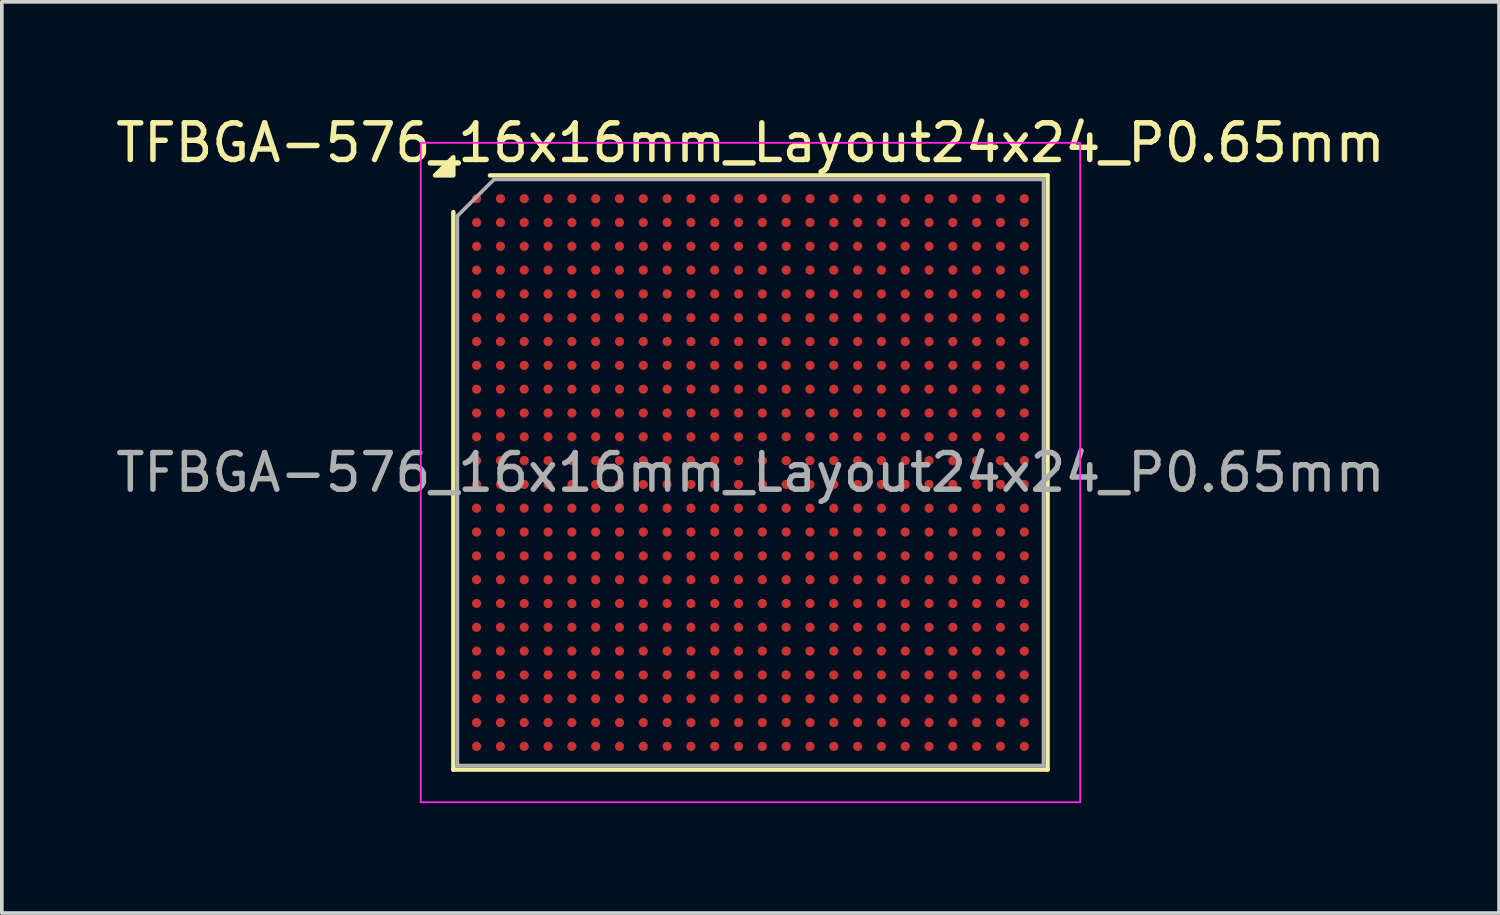
<source format=kicad_pcb>
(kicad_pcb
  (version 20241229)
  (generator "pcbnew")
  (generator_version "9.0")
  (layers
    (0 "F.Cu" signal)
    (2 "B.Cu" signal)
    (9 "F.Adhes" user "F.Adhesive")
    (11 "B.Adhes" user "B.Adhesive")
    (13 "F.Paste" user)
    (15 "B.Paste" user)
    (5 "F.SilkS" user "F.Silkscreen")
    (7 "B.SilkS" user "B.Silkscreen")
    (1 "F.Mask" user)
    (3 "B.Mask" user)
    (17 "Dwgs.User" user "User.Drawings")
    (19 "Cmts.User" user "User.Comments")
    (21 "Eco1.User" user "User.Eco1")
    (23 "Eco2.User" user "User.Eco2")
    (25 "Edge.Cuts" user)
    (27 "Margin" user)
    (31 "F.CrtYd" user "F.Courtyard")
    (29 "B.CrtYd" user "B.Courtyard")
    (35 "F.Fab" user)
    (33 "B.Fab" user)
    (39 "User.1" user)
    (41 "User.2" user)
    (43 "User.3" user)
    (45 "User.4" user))
  (footprint "TFBGA-576_16x16mm_Layout24x24_P0.65mm"
    (layer "F.Cu")
    (at 17.435 9.848)
    (property "Reference" "TFBGA-576_16x16mm_Layout24x24_P0.65mm" (at 0 -9 0) (layer "F.SilkS") (effects (font (size 1 1) (thickness 0.15))))
    (attr smd)
    (fp_line (start -8.11 8.11) (end -8.11 -7.11) (stroke (width 0.12) (type solid)) (layer "F.SilkS"))
    (fp_line (start -7.11 -8.11) (end 8.11 -8.11) (stroke (width 0.12) (type solid)) (layer "F.SilkS"))
    (fp_line (start 8.11 -8.11) (end 8.11 8.11) (stroke (width 0.12) (type solid)) (layer "F.SilkS"))
    (fp_line (start 8.11 8.11) (end -8.11 8.11) (stroke (width 0.12) (type solid)) (layer "F.SilkS"))
    (fp_poly (pts (xy -8.11 -8.11) (xy -8.61 -8.11) (xy -8.11 -8.61)) (stroke (width 0.12) (type solid)) (fill yes) (layer "F.SilkS"))
    (fp_line (start -9 -9) (end -9 9) (stroke (width 0.05) (type solid)) (layer "F.CrtYd"))
    (fp_line (start -9 9) (end 9 9) (stroke (width 0.05) (type solid)) (layer "F.CrtYd"))
    (fp_line (start 9 -9) (end -9 -9) (stroke (width 0.05) (type solid)) (layer "F.CrtYd"))
    (fp_line (start 9 9) (end 9 -9) (stroke (width 0.05) (type solid)) (layer "F.CrtYd"))
    (fp_line (start -8 -7) (end -7 -8) (stroke (width 0.1) (type solid)) (layer "F.Fab"))
    (fp_line (start -8 8) (end -8 -7) (stroke (width 0.1) (type solid)) (layer "F.Fab"))
    (fp_line (start -7 -8) (end 8 -8) (stroke (width 0.1) (type solid)) (layer "F.Fab"))
    (fp_line (start 8 -8) (end 8 8) (stroke (width 0.1) (type solid)) (layer "F.Fab"))
    (fp_line (start 8 8) (end -8 8) (stroke (width 0.1) (type solid)) (layer "F.Fab"))
    (fp_text user "${REFERENCE}" (at 0 0 0) (layer "F.Fab") (effects (font (size 1 1) (thickness 0.15))))
    (pad "A1" smd circle (at -7.475 -7.475) (size 0.25 0.25) (property pad_prop_bga) (layers "F.Cu" "F.Mask" "F.Paste"))
    (pad "A2" smd circle (at -6.825 -7.475) (size 0.25 0.25) (property pad_prop_bga) (layers "F.Cu" "F.Mask" "F.Paste"))
    (pad "A3" smd circle (at -6.175 -7.475) (size 0.25 0.25) (property pad_prop_bga) (layers "F.Cu" "F.Mask" "F.Paste"))
    (pad "A4" smd circle (at -5.525 -7.475) (size 0.25 0.25) (property pad_prop_bga) (layers "F.Cu" "F.Mask" "F.Paste"))
    (pad "A5" smd circle (at -4.875 -7.475) (size 0.25 0.25) (property pad_prop_bga) (layers "F.Cu" "F.Mask" "F.Paste"))
    (pad "A6" smd circle (at -4.225 -7.475) (size 0.25 0.25) (property pad_prop_bga) (layers "F.Cu" "F.Mask" "F.Paste"))
    (pad "A7" smd circle (at -3.575 -7.475) (size 0.25 0.25) (property pad_prop_bga) (layers "F.Cu" "F.Mask" "F.Paste"))
    (pad "A8" smd circle (at -2.925 -7.475) (size 0.25 0.25) (property pad_prop_bga) (layers "F.Cu" "F.Mask" "F.Paste"))
    (pad "A9" smd circle (at -2.275 -7.475) (size 0.25 0.25) (property pad_prop_bga) (layers "F.Cu" "F.Mask" "F.Paste"))
    (pad "A10" smd circle (at -1.625 -7.475) (size 0.25 0.25) (property pad_prop_bga) (layers "F.Cu" "F.Mask" "F.Paste"))
    (pad "A11" smd circle (at -0.975 -7.475) (size 0.25 0.25) (property pad_prop_bga) (layers "F.Cu" "F.Mask" "F.Paste"))
    (pad "A12" smd circle (at -0.325 -7.475) (size 0.25 0.25) (property pad_prop_bga) (layers "F.Cu" "F.Mask" "F.Paste"))
    (pad "A13" smd circle (at 0.325 -7.475) (size 0.25 0.25) (property pad_prop_bga) (layers "F.Cu" "F.Mask" "F.Paste"))
    (pad "A14" smd circle (at 0.975 -7.475) (size 0.25 0.25) (property pad_prop_bga) (layers "F.Cu" "F.Mask" "F.Paste"))
    (pad "A15" smd circle (at 1.625 -7.475) (size 0.25 0.25) (property pad_prop_bga) (layers "F.Cu" "F.Mask" "F.Paste"))
    (pad "A16" smd circle (at 2.275 -7.475) (size 0.25 0.25) (property pad_prop_bga) (layers "F.Cu" "F.Mask" "F.Paste"))
    (pad "A17" smd circle (at 2.925 -7.475) (size 0.25 0.25) (property pad_prop_bga) (layers "F.Cu" "F.Mask" "F.Paste"))
    (pad "A18" smd circle (at 3.575 -7.475) (size 0.25 0.25) (property pad_prop_bga) (layers "F.Cu" "F.Mask" "F.Paste"))
    (pad "A19" smd circle (at 4.225 -7.475) (size 0.25 0.25) (property pad_prop_bga) (layers "F.Cu" "F.Mask" "F.Paste"))
    (pad "A20" smd circle (at 4.875 -7.475) (size 0.25 0.25) (property pad_prop_bga) (layers "F.Cu" "F.Mask" "F.Paste"))
    (pad "A21" smd circle (at 5.525 -7.475) (size 0.25 0.25) (property pad_prop_bga) (layers "F.Cu" "F.Mask" "F.Paste"))
    (pad "A22" smd circle (at 6.175 -7.475) (size 0.25 0.25) (property pad_prop_bga) (layers "F.Cu" "F.Mask" "F.Paste"))
    (pad "A23" smd circle (at 6.825 -7.475) (size 0.25 0.25) (property pad_prop_bga) (layers "F.Cu" "F.Mask" "F.Paste"))
    (pad "A24" smd circle (at 7.475 -7.475) (size 0.25 0.25) (property pad_prop_bga) (layers "F.Cu" "F.Mask" "F.Paste"))
    (pad "AA1" smd circle (at -7.475 5.525) (size 0.25 0.25) (property pad_prop_bga) (layers "F.Cu" "F.Mask" "F.Paste"))
    (pad "AA2" smd circle (at -6.825 5.525) (size 0.25 0.25) (property pad_prop_bga) (layers "F.Cu" "F.Mask" "F.Paste"))
    (pad "AA3" smd circle (at -6.175 5.525) (size 0.25 0.25) (property pad_prop_bga) (layers "F.Cu" "F.Mask" "F.Paste"))
    (pad "AA4" smd circle (at -5.525 5.525) (size 0.25 0.25) (property pad_prop_bga) (layers "F.Cu" "F.Mask" "F.Paste"))
    (pad "AA5" smd circle (at -4.875 5.525) (size 0.25 0.25) (property pad_prop_bga) (layers "F.Cu" "F.Mask" "F.Paste"))
    (pad "AA6" smd circle (at -4.225 5.525) (size 0.25 0.25) (property pad_prop_bga) (layers "F.Cu" "F.Mask" "F.Paste"))
    (pad "AA7" smd circle (at -3.575 5.525) (size 0.25 0.25) (property pad_prop_bga) (layers "F.Cu" "F.Mask" "F.Paste"))
    (pad "AA8" smd circle (at -2.925 5.525) (size 0.25 0.25) (property pad_prop_bga) (layers "F.Cu" "F.Mask" "F.Paste"))
    (pad "AA9" smd circle (at -2.275 5.525) (size 0.25 0.25) (property pad_prop_bga) (layers "F.Cu" "F.Mask" "F.Paste"))
    (pad "AA10" smd circle (at -1.625 5.525) (size 0.25 0.25) (property pad_prop_bga) (layers "F.Cu" "F.Mask" "F.Paste"))
    (pad "AA11" smd circle (at -0.975 5.525) (size 0.25 0.25) (property pad_prop_bga) (layers "F.Cu" "F.Mask" "F.Paste"))
    (pad "AA12" smd circle (at -0.325 5.525) (size 0.25 0.25) (property pad_prop_bga) (layers "F.Cu" "F.Mask" "F.Paste"))
    (pad "AA13" smd circle (at 0.325 5.525) (size 0.25 0.25) (property pad_prop_bga) (layers "F.Cu" "F.Mask" "F.Paste"))
    (pad "AA14" smd circle (at 0.975 5.525) (size 0.25 0.25) (property pad_prop_bga) (layers "F.Cu" "F.Mask" "F.Paste"))
    (pad "AA15" smd circle (at 1.625 5.525) (size 0.25 0.25) (property pad_prop_bga) (layers "F.Cu" "F.Mask" "F.Paste"))
    (pad "AA16" smd circle (at 2.275 5.525) (size 0.25 0.25) (property pad_prop_bga) (layers "F.Cu" "F.Mask" "F.Paste"))
    (pad "AA17" smd circle (at 2.925 5.525) (size 0.25 0.25) (property pad_prop_bga) (layers "F.Cu" "F.Mask" "F.Paste"))
    (pad "AA18" smd circle (at 3.575 5.525) (size 0.25 0.25) (property pad_prop_bga) (layers "F.Cu" "F.Mask" "F.Paste"))
    (pad "AA19" smd circle (at 4.225 5.525) (size 0.25 0.25) (property pad_prop_bga) (layers "F.Cu" "F.Mask" "F.Paste"))
    (pad "AA20" smd circle (at 4.875 5.525) (size 0.25 0.25) (property pad_prop_bga) (layers "F.Cu" "F.Mask" "F.Paste"))
    (pad "AA21" smd circle (at 5.525 5.525) (size 0.25 0.25) (property pad_prop_bga) (layers "F.Cu" "F.Mask" "F.Paste"))
    (pad "AA22" smd circle (at 6.175 5.525) (size 0.25 0.25) (property pad_prop_bga) (layers "F.Cu" "F.Mask" "F.Paste"))
    (pad "AA23" smd circle (at 6.825 5.525) (size 0.25 0.25) (property pad_prop_bga) (layers "F.Cu" "F.Mask" "F.Paste"))
    (pad "AA24" smd circle (at 7.475 5.525) (size 0.25 0.25) (property pad_prop_bga) (layers "F.Cu" "F.Mask" "F.Paste"))
    (pad "AB1" smd circle (at -7.475 6.175) (size 0.25 0.25) (property pad_prop_bga) (layers "F.Cu" "F.Mask" "F.Paste"))
    (pad "AB2" smd circle (at -6.825 6.175) (size 0.25 0.25) (property pad_prop_bga) (layers "F.Cu" "F.Mask" "F.Paste"))
    (pad "AB3" smd circle (at -6.175 6.175) (size 0.25 0.25) (property pad_prop_bga) (layers "F.Cu" "F.Mask" "F.Paste"))
    (pad "AB4" smd circle (at -5.525 6.175) (size 0.25 0.25) (property pad_prop_bga) (layers "F.Cu" "F.Mask" "F.Paste"))
    (pad "AB5" smd circle (at -4.875 6.175) (size 0.25 0.25) (property pad_prop_bga) (layers "F.Cu" "F.Mask" "F.Paste"))
    (pad "AB6" smd circle (at -4.225 6.175) (size 0.25 0.25) (property pad_prop_bga) (layers "F.Cu" "F.Mask" "F.Paste"))
    (pad "AB7" smd circle (at -3.575 6.175) (size 0.25 0.25) (property pad_prop_bga) (layers "F.Cu" "F.Mask" "F.Paste"))
    (pad "AB8" smd circle (at -2.925 6.175) (size 0.25 0.25) (property pad_prop_bga) (layers "F.Cu" "F.Mask" "F.Paste"))
    (pad "AB9" smd circle (at -2.275 6.175) (size 0.25 0.25) (property pad_prop_bga) (layers "F.Cu" "F.Mask" "F.Paste"))
    (pad "AB10" smd circle (at -1.625 6.175) (size 0.25 0.25) (property pad_prop_bga) (layers "F.Cu" "F.Mask" "F.Paste"))
    (pad "AB11" smd circle (at -0.975 6.175) (size 0.25 0.25) (property pad_prop_bga) (layers "F.Cu" "F.Mask" "F.Paste"))
    (pad "AB12" smd circle (at -0.325 6.175) (size 0.25 0.25) (property pad_prop_bga) (layers "F.Cu" "F.Mask" "F.Paste"))
    (pad "AB13" smd circle (at 0.325 6.175) (size 0.25 0.25) (property pad_prop_bga) (layers "F.Cu" "F.Mask" "F.Paste"))
    (pad "AB14" smd circle (at 0.975 6.175) (size 0.25 0.25) (property pad_prop_bga) (layers "F.Cu" "F.Mask" "F.Paste"))
    (pad "AB15" smd circle (at 1.625 6.175) (size 0.25 0.25) (property pad_prop_bga) (layers "F.Cu" "F.Mask" "F.Paste"))
    (pad "AB16" smd circle (at 2.275 6.175) (size 0.25 0.25) (property pad_prop_bga) (layers "F.Cu" "F.Mask" "F.Paste"))
    (pad "AB17" smd circle (at 2.925 6.175) (size 0.25 0.25) (property pad_prop_bga) (layers "F.Cu" "F.Mask" "F.Paste"))
    (pad "AB18" smd circle (at 3.575 6.175) (size 0.25 0.25) (property pad_prop_bga) (layers "F.Cu" "F.Mask" "F.Paste"))
    (pad "AB19" smd circle (at 4.225 6.175) (size 0.25 0.25) (property pad_prop_bga) (layers "F.Cu" "F.Mask" "F.Paste"))
    (pad "AB20" smd circle (at 4.875 6.175) (size 0.25 0.25) (property pad_prop_bga) (layers "F.Cu" "F.Mask" "F.Paste"))
    (pad "AB21" smd circle (at 5.525 6.175) (size 0.25 0.25) (property pad_prop_bga) (layers "F.Cu" "F.Mask" "F.Paste"))
    (pad "AB22" smd circle (at 6.175 6.175) (size 0.25 0.25) (property pad_prop_bga) (layers "F.Cu" "F.Mask" "F.Paste"))
    (pad "AB23" smd circle (at 6.825 6.175) (size 0.25 0.25) (property pad_prop_bga) (layers "F.Cu" "F.Mask" "F.Paste"))
    (pad "AB24" smd circle (at 7.475 6.175) (size 0.25 0.25) (property pad_prop_bga) (layers "F.Cu" "F.Mask" "F.Paste"))
    (pad "AC1" smd circle (at -7.475 6.825) (size 0.25 0.25) (property pad_prop_bga) (layers "F.Cu" "F.Mask" "F.Paste"))
    (pad "AC2" smd circle (at -6.825 6.825) (size 0.25 0.25) (property pad_prop_bga) (layers "F.Cu" "F.Mask" "F.Paste"))
    (pad "AC3" smd circle (at -6.175 6.825) (size 0.25 0.25) (property pad_prop_bga) (layers "F.Cu" "F.Mask" "F.Paste"))
    (pad "AC4" smd circle (at -5.525 6.825) (size 0.25 0.25) (property pad_prop_bga) (layers "F.Cu" "F.Mask" "F.Paste"))
    (pad "AC5" smd circle (at -4.875 6.825) (size 0.25 0.25) (property pad_prop_bga) (layers "F.Cu" "F.Mask" "F.Paste"))
    (pad "AC6" smd circle (at -4.225 6.825) (size 0.25 0.25) (property pad_prop_bga) (layers "F.Cu" "F.Mask" "F.Paste"))
    (pad "AC7" smd circle (at -3.575 6.825) (size 0.25 0.25) (property pad_prop_bga) (layers "F.Cu" "F.Mask" "F.Paste"))
    (pad "AC8" smd circle (at -2.925 6.825) (size 0.25 0.25) (property pad_prop_bga) (layers "F.Cu" "F.Mask" "F.Paste"))
    (pad "AC9" smd circle (at -2.275 6.825) (size 0.25 0.25) (property pad_prop_bga) (layers "F.Cu" "F.Mask" "F.Paste"))
    (pad "AC10" smd circle (at -1.625 6.825) (size 0.25 0.25) (property pad_prop_bga) (layers "F.Cu" "F.Mask" "F.Paste"))
    (pad "AC11" smd circle (at -0.975 6.825) (size 0.25 0.25) (property pad_prop_bga) (layers "F.Cu" "F.Mask" "F.Paste"))
    (pad "AC12" smd circle (at -0.325 6.825) (size 0.25 0.25) (property pad_prop_bga) (layers "F.Cu" "F.Mask" "F.Paste"))
    (pad "AC13" smd circle (at 0.325 6.825) (size 0.25 0.25) (property pad_prop_bga) (layers "F.Cu" "F.Mask" "F.Paste"))
    (pad "AC14" smd circle (at 0.975 6.825) (size 0.25 0.25) (property pad_prop_bga) (layers "F.Cu" "F.Mask" "F.Paste"))
    (pad "AC15" smd circle (at 1.625 6.825) (size 0.25 0.25) (property pad_prop_bga) (layers "F.Cu" "F.Mask" "F.Paste"))
    (pad "AC16" smd circle (at 2.275 6.825) (size 0.25 0.25) (property pad_prop_bga) (layers "F.Cu" "F.Mask" "F.Paste"))
    (pad "AC17" smd circle (at 2.925 6.825) (size 0.25 0.25) (property pad_prop_bga) (layers "F.Cu" "F.Mask" "F.Paste"))
    (pad "AC18" smd circle (at 3.575 6.825) (size 0.25 0.25) (property pad_prop_bga) (layers "F.Cu" "F.Mask" "F.Paste"))
    (pad "AC19" smd circle (at 4.225 6.825) (size 0.25 0.25) (property pad_prop_bga) (layers "F.Cu" "F.Mask" "F.Paste"))
    (pad "AC20" smd circle (at 4.875 6.825) (size 0.25 0.25) (property pad_prop_bga) (layers "F.Cu" "F.Mask" "F.Paste"))
    (pad "AC21" smd circle (at 5.525 6.825) (size 0.25 0.25) (property pad_prop_bga) (layers "F.Cu" "F.Mask" "F.Paste"))
    (pad "AC22" smd circle (at 6.175 6.825) (size 0.25 0.25) (property pad_prop_bga) (layers "F.Cu" "F.Mask" "F.Paste"))
    (pad "AC23" smd circle (at 6.825 6.825) (size 0.25 0.25) (property pad_prop_bga) (layers "F.Cu" "F.Mask" "F.Paste"))
    (pad "AC24" smd circle (at 7.475 6.825) (size 0.25 0.25) (property pad_prop_bga) (layers "F.Cu" "F.Mask" "F.Paste"))
    (pad "AD1" smd circle (at -7.475 7.475) (size 0.25 0.25) (property pad_prop_bga) (layers "F.Cu" "F.Mask" "F.Paste"))
    (pad "AD2" smd circle (at -6.825 7.475) (size 0.25 0.25) (property pad_prop_bga) (layers "F.Cu" "F.Mask" "F.Paste"))
    (pad "AD3" smd circle (at -6.175 7.475) (size 0.25 0.25) (property pad_prop_bga) (layers "F.Cu" "F.Mask" "F.Paste"))
    (pad "AD4" smd circle (at -5.525 7.475) (size 0.25 0.25) (property pad_prop_bga) (layers "F.Cu" "F.Mask" "F.Paste"))
    (pad "AD5" smd circle (at -4.875 7.475) (size 0.25 0.25) (property pad_prop_bga) (layers "F.Cu" "F.Mask" "F.Paste"))
    (pad "AD6" smd circle (at -4.225 7.475) (size 0.25 0.25) (property pad_prop_bga) (layers "F.Cu" "F.Mask" "F.Paste"))
    (pad "AD7" smd circle (at -3.575 7.475) (size 0.25 0.25) (property pad_prop_bga) (layers "F.Cu" "F.Mask" "F.Paste"))
    (pad "AD8" smd circle (at -2.925 7.475) (size 0.25 0.25) (property pad_prop_bga) (layers "F.Cu" "F.Mask" "F.Paste"))
    (pad "AD9" smd circle (at -2.275 7.475) (size 0.25 0.25) (property pad_prop_bga) (layers "F.Cu" "F.Mask" "F.Paste"))
    (pad "AD10" smd circle (at -1.625 7.475) (size 0.25 0.25) (property pad_prop_bga) (layers "F.Cu" "F.Mask" "F.Paste"))
    (pad "AD11" smd circle (at -0.975 7.475) (size 0.25 0.25) (property pad_prop_bga) (layers "F.Cu" "F.Mask" "F.Paste"))
    (pad "AD12" smd circle (at -0.325 7.475) (size 0.25 0.25) (property pad_prop_bga) (layers "F.Cu" "F.Mask" "F.Paste"))
    (pad "AD13" smd circle (at 0.325 7.475) (size 0.25 0.25) (property pad_prop_bga) (layers "F.Cu" "F.Mask" "F.Paste"))
    (pad "AD14" smd circle (at 0.975 7.475) (size 0.25 0.25) (property pad_prop_bga) (layers "F.Cu" "F.Mask" "F.Paste"))
    (pad "AD15" smd circle (at 1.625 7.475) (size 0.25 0.25) (property pad_prop_bga) (layers "F.Cu" "F.Mask" "F.Paste"))
    (pad "AD16" smd circle (at 2.275 7.475) (size 0.25 0.25) (property pad_prop_bga) (layers "F.Cu" "F.Mask" "F.Paste"))
    (pad "AD17" smd circle (at 2.925 7.475) (size 0.25 0.25) (property pad_prop_bga) (layers "F.Cu" "F.Mask" "F.Paste"))
    (pad "AD18" smd circle (at 3.575 7.475) (size 0.25 0.25) (property pad_prop_bga) (layers "F.Cu" "F.Mask" "F.Paste"))
    (pad "AD19" smd circle (at 4.225 7.475) (size 0.25 0.25) (property pad_prop_bga) (layers "F.Cu" "F.Mask" "F.Paste"))
    (pad "AD20" smd circle (at 4.875 7.475) (size 0.25 0.25) (property pad_prop_bga) (layers "F.Cu" "F.Mask" "F.Paste"))
    (pad "AD21" smd circle (at 5.525 7.475) (size 0.25 0.25) (property pad_prop_bga) (layers "F.Cu" "F.Mask" "F.Paste"))
    (pad "AD22" smd circle (at 6.175 7.475) (size 0.25 0.25) (property pad_prop_bga) (layers "F.Cu" "F.Mask" "F.Paste"))
    (pad "AD23" smd circle (at 6.825 7.475) (size 0.25 0.25) (property pad_prop_bga) (layers "F.Cu" "F.Mask" "F.Paste"))
    (pad "AD24" smd circle (at 7.475 7.475) (size 0.25 0.25) (property pad_prop_bga) (layers "F.Cu" "F.Mask" "F.Paste"))
    (pad "B1" smd circle (at -7.475 -6.825) (size 0.25 0.25) (property pad_prop_bga) (layers "F.Cu" "F.Mask" "F.Paste"))
    (pad "B2" smd circle (at -6.825 -6.825) (size 0.25 0.25) (property pad_prop_bga) (layers "F.Cu" "F.Mask" "F.Paste"))
    (pad "B3" smd circle (at -6.175 -6.825) (size 0.25 0.25) (property pad_prop_bga) (layers "F.Cu" "F.Mask" "F.Paste"))
    (pad "B4" smd circle (at -5.525 -6.825) (size 0.25 0.25) (property pad_prop_bga) (layers "F.Cu" "F.Mask" "F.Paste"))
    (pad "B5" smd circle (at -4.875 -6.825) (size 0.25 0.25) (property pad_prop_bga) (layers "F.Cu" "F.Mask" "F.Paste"))
    (pad "B6" smd circle (at -4.225 -6.825) (size 0.25 0.25) (property pad_prop_bga) (layers "F.Cu" "F.Mask" "F.Paste"))
    (pad "B7" smd circle (at -3.575 -6.825) (size 0.25 0.25) (property pad_prop_bga) (layers "F.Cu" "F.Mask" "F.Paste"))
    (pad "B8" smd circle (at -2.925 -6.825) (size 0.25 0.25) (property pad_prop_bga) (layers "F.Cu" "F.Mask" "F.Paste"))
    (pad "B9" smd circle (at -2.275 -6.825) (size 0.25 0.25) (property pad_prop_bga) (layers "F.Cu" "F.Mask" "F.Paste"))
    (pad "B10" smd circle (at -1.625 -6.825) (size 0.25 0.25) (property pad_prop_bga) (layers "F.Cu" "F.Mask" "F.Paste"))
    (pad "B11" smd circle (at -0.975 -6.825) (size 0.25 0.25) (property pad_prop_bga) (layers "F.Cu" "F.Mask" "F.Paste"))
    (pad "B12" smd circle (at -0.325 -6.825) (size 0.25 0.25) (property pad_prop_bga) (layers "F.Cu" "F.Mask" "F.Paste"))
    (pad "B13" smd circle (at 0.325 -6.825) (size 0.25 0.25) (property pad_prop_bga) (layers "F.Cu" "F.Mask" "F.Paste"))
    (pad "B14" smd circle (at 0.975 -6.825) (size 0.25 0.25) (property pad_prop_bga) (layers "F.Cu" "F.Mask" "F.Paste"))
    (pad "B15" smd circle (at 1.625 -6.825) (size 0.25 0.25) (property pad_prop_bga) (layers "F.Cu" "F.Mask" "F.Paste"))
    (pad "B16" smd circle (at 2.275 -6.825) (size 0.25 0.25) (property pad_prop_bga) (layers "F.Cu" "F.Mask" "F.Paste"))
    (pad "B17" smd circle (at 2.925 -6.825) (size 0.25 0.25) (property pad_prop_bga) (layers "F.Cu" "F.Mask" "F.Paste"))
    (pad "B18" smd circle (at 3.575 -6.825) (size 0.25 0.25) (property pad_prop_bga) (layers "F.Cu" "F.Mask" "F.Paste"))
    (pad "B19" smd circle (at 4.225 -6.825) (size 0.25 0.25) (property pad_prop_bga) (layers "F.Cu" "F.Mask" "F.Paste"))
    (pad "B20" smd circle (at 4.875 -6.825) (size 0.25 0.25) (property pad_prop_bga) (layers "F.Cu" "F.Mask" "F.Paste"))
    (pad "B21" smd circle (at 5.525 -6.825) (size 0.25 0.25) (property pad_prop_bga) (layers "F.Cu" "F.Mask" "F.Paste"))
    (pad "B22" smd circle (at 6.175 -6.825) (size 0.25 0.25) (property pad_prop_bga) (layers "F.Cu" "F.Mask" "F.Paste"))
    (pad "B23" smd circle (at 6.825 -6.825) (size 0.25 0.25) (property pad_prop_bga) (layers "F.Cu" "F.Mask" "F.Paste"))
    (pad "B24" smd circle (at 7.475 -6.825) (size 0.25 0.25) (property pad_prop_bga) (layers "F.Cu" "F.Mask" "F.Paste"))
    (pad "C1" smd circle (at -7.475 -6.175) (size 0.25 0.25) (property pad_prop_bga) (layers "F.Cu" "F.Mask" "F.Paste"))
    (pad "C2" smd circle (at -6.825 -6.175) (size 0.25 0.25) (property pad_prop_bga) (layers "F.Cu" "F.Mask" "F.Paste"))
    (pad "C3" smd circle (at -6.175 -6.175) (size 0.25 0.25) (property pad_prop_bga) (layers "F.Cu" "F.Mask" "F.Paste"))
    (pad "C4" smd circle (at -5.525 -6.175) (size 0.25 0.25) (property pad_prop_bga) (layers "F.Cu" "F.Mask" "F.Paste"))
    (pad "C5" smd circle (at -4.875 -6.175) (size 0.25 0.25) (property pad_prop_bga) (layers "F.Cu" "F.Mask" "F.Paste"))
    (pad "C6" smd circle (at -4.225 -6.175) (size 0.25 0.25) (property pad_prop_bga) (layers "F.Cu" "F.Mask" "F.Paste"))
    (pad "C7" smd circle (at -3.575 -6.175) (size 0.25 0.25) (property pad_prop_bga) (layers "F.Cu" "F.Mask" "F.Paste"))
    (pad "C8" smd circle (at -2.925 -6.175) (size 0.25 0.25) (property pad_prop_bga) (layers "F.Cu" "F.Mask" "F.Paste"))
    (pad "C9" smd circle (at -2.275 -6.175) (size 0.25 0.25) (property pad_prop_bga) (layers "F.Cu" "F.Mask" "F.Paste"))
    (pad "C10" smd circle (at -1.625 -6.175) (size 0.25 0.25) (property pad_prop_bga) (layers "F.Cu" "F.Mask" "F.Paste"))
    (pad "C11" smd circle (at -0.975 -6.175) (size 0.25 0.25) (property pad_prop_bga) (layers "F.Cu" "F.Mask" "F.Paste"))
    (pad "C12" smd circle (at -0.325 -6.175) (size 0.25 0.25) (property pad_prop_bga) (layers "F.Cu" "F.Mask" "F.Paste"))
    (pad "C13" smd circle (at 0.325 -6.175) (size 0.25 0.25) (property pad_prop_bga) (layers "F.Cu" "F.Mask" "F.Paste"))
    (pad "C14" smd circle (at 0.975 -6.175) (size 0.25 0.25) (property pad_prop_bga) (layers "F.Cu" "F.Mask" "F.Paste"))
    (pad "C15" smd circle (at 1.625 -6.175) (size 0.25 0.25) (property pad_prop_bga) (layers "F.Cu" "F.Mask" "F.Paste"))
    (pad "C16" smd circle (at 2.275 -6.175) (size 0.25 0.25) (property pad_prop_bga) (layers "F.Cu" "F.Mask" "F.Paste"))
    (pad "C17" smd circle (at 2.925 -6.175) (size 0.25 0.25) (property pad_prop_bga) (layers "F.Cu" "F.Mask" "F.Paste"))
    (pad "C18" smd circle (at 3.575 -6.175) (size 0.25 0.25) (property pad_prop_bga) (layers "F.Cu" "F.Mask" "F.Paste"))
    (pad "C19" smd circle (at 4.225 -6.175) (size 0.25 0.25) (property pad_prop_bga) (layers "F.Cu" "F.Mask" "F.Paste"))
    (pad "C20" smd circle (at 4.875 -6.175) (size 0.25 0.25) (property pad_prop_bga) (layers "F.Cu" "F.Mask" "F.Paste"))
    (pad "C21" smd circle (at 5.525 -6.175) (size 0.25 0.25) (property pad_prop_bga) (layers "F.Cu" "F.Mask" "F.Paste"))
    (pad "C22" smd circle (at 6.175 -6.175) (size 0.25 0.25) (property pad_prop_bga) (layers "F.Cu" "F.Mask" "F.Paste"))
    (pad "C23" smd circle (at 6.825 -6.175) (size 0.25 0.25) (property pad_prop_bga) (layers "F.Cu" "F.Mask" "F.Paste"))
    (pad "C24" smd circle (at 7.475 -6.175) (size 0.25 0.25) (property pad_prop_bga) (layers "F.Cu" "F.Mask" "F.Paste"))
    (pad "D1" smd circle (at -7.475 -5.525) (size 0.25 0.25) (property pad_prop_bga) (layers "F.Cu" "F.Mask" "F.Paste"))
    (pad "D2" smd circle (at -6.825 -5.525) (size 0.25 0.25) (property pad_prop_bga) (layers "F.Cu" "F.Mask" "F.Paste"))
    (pad "D3" smd circle (at -6.175 -5.525) (size 0.25 0.25) (property pad_prop_bga) (layers "F.Cu" "F.Mask" "F.Paste"))
    (pad "D4" smd circle (at -5.525 -5.525) (size 0.25 0.25) (property pad_prop_bga) (layers "F.Cu" "F.Mask" "F.Paste"))
    (pad "D5" smd circle (at -4.875 -5.525) (size 0.25 0.25) (property pad_prop_bga) (layers "F.Cu" "F.Mask" "F.Paste"))
    (pad "D6" smd circle (at -4.225 -5.525) (size 0.25 0.25) (property pad_prop_bga) (layers "F.Cu" "F.Mask" "F.Paste"))
    (pad "D7" smd circle (at -3.575 -5.525) (size 0.25 0.25) (property pad_prop_bga) (layers "F.Cu" "F.Mask" "F.Paste"))
    (pad "D8" smd circle (at -2.925 -5.525) (size 0.25 0.25) (property pad_prop_bga) (layers "F.Cu" "F.Mask" "F.Paste"))
    (pad "D9" smd circle (at -2.275 -5.525) (size 0.25 0.25) (property pad_prop_bga) (layers "F.Cu" "F.Mask" "F.Paste"))
    (pad "D10" smd circle (at -1.625 -5.525) (size 0.25 0.25) (property pad_prop_bga) (layers "F.Cu" "F.Mask" "F.Paste"))
    (pad "D11" smd circle (at -0.975 -5.525) (size 0.25 0.25) (property pad_prop_bga) (layers "F.Cu" "F.Mask" "F.Paste"))
    (pad "D12" smd circle (at -0.325 -5.525) (size 0.25 0.25) (property pad_prop_bga) (layers "F.Cu" "F.Mask" "F.Paste"))
    (pad "D13" smd circle (at 0.325 -5.525) (size 0.25 0.25) (property pad_prop_bga) (layers "F.Cu" "F.Mask" "F.Paste"))
    (pad "D14" smd circle (at 0.975 -5.525) (size 0.25 0.25) (property pad_prop_bga) (layers "F.Cu" "F.Mask" "F.Paste"))
    (pad "D15" smd circle (at 1.625 -5.525) (size 0.25 0.25) (property pad_prop_bga) (layers "F.Cu" "F.Mask" "F.Paste"))
    (pad "D16" smd circle (at 2.275 -5.525) (size 0.25 0.25) (property pad_prop_bga) (layers "F.Cu" "F.Mask" "F.Paste"))
    (pad "D17" smd circle (at 2.925 -5.525) (size 0.25 0.25) (property pad_prop_bga) (layers "F.Cu" "F.Mask" "F.Paste"))
    (pad "D18" smd circle (at 3.575 -5.525) (size 0.25 0.25) (property pad_prop_bga) (layers "F.Cu" "F.Mask" "F.Paste"))
    (pad "D19" smd circle (at 4.225 -5.525) (size 0.25 0.25) (property pad_prop_bga) (layers "F.Cu" "F.Mask" "F.Paste"))
    (pad "D20" smd circle (at 4.875 -5.525) (size 0.25 0.25) (property pad_prop_bga) (layers "F.Cu" "F.Mask" "F.Paste"))
    (pad "D21" smd circle (at 5.525 -5.525) (size 0.25 0.25) (property pad_prop_bga) (layers "F.Cu" "F.Mask" "F.Paste"))
    (pad "D22" smd circle (at 6.175 -5.525) (size 0.25 0.25) (property pad_prop_bga) (layers "F.Cu" "F.Mask" "F.Paste"))
    (pad "D23" smd circle (at 6.825 -5.525) (size 0.25 0.25) (property pad_prop_bga) (layers "F.Cu" "F.Mask" "F.Paste"))
    (pad "D24" smd circle (at 7.475 -5.525) (size 0.25 0.25) (property pad_prop_bga) (layers "F.Cu" "F.Mask" "F.Paste"))
    (pad "E1" smd circle (at -7.475 -4.875) (size 0.25 0.25) (property pad_prop_bga) (layers "F.Cu" "F.Mask" "F.Paste"))
    (pad "E2" smd circle (at -6.825 -4.875) (size 0.25 0.25) (property pad_prop_bga) (layers "F.Cu" "F.Mask" "F.Paste"))
    (pad "E3" smd circle (at -6.175 -4.875) (size 0.25 0.25) (property pad_prop_bga) (layers "F.Cu" "F.Mask" "F.Paste"))
    (pad "E4" smd circle (at -5.525 -4.875) (size 0.25 0.25) (property pad_prop_bga) (layers "F.Cu" "F.Mask" "F.Paste"))
    (pad "E5" smd circle (at -4.875 -4.875) (size 0.25 0.25) (property pad_prop_bga) (layers "F.Cu" "F.Mask" "F.Paste"))
    (pad "E6" smd circle (at -4.225 -4.875) (size 0.25 0.25) (property pad_prop_bga) (layers "F.Cu" "F.Mask" "F.Paste"))
    (pad "E7" smd circle (at -3.575 -4.875) (size 0.25 0.25) (property pad_prop_bga) (layers "F.Cu" "F.Mask" "F.Paste"))
    (pad "E8" smd circle (at -2.925 -4.875) (size 0.25 0.25) (property pad_prop_bga) (layers "F.Cu" "F.Mask" "F.Paste"))
    (pad "E9" smd circle (at -2.275 -4.875) (size 0.25 0.25) (property pad_prop_bga) (layers "F.Cu" "F.Mask" "F.Paste"))
    (pad "E10" smd circle (at -1.625 -4.875) (size 0.25 0.25) (property pad_prop_bga) (layers "F.Cu" "F.Mask" "F.Paste"))
    (pad "E11" smd circle (at -0.975 -4.875) (size 0.25 0.25) (property pad_prop_bga) (layers "F.Cu" "F.Mask" "F.Paste"))
    (pad "E12" smd circle (at -0.325 -4.875) (size 0.25 0.25) (property pad_prop_bga) (layers "F.Cu" "F.Mask" "F.Paste"))
    (pad "E13" smd circle (at 0.325 -4.875) (size 0.25 0.25) (property pad_prop_bga) (layers "F.Cu" "F.Mask" "F.Paste"))
    (pad "E14" smd circle (at 0.975 -4.875) (size 0.25 0.25) (property pad_prop_bga) (layers "F.Cu" "F.Mask" "F.Paste"))
    (pad "E15" smd circle (at 1.625 -4.875) (size 0.25 0.25) (property pad_prop_bga) (layers "F.Cu" "F.Mask" "F.Paste"))
    (pad "E16" smd circle (at 2.275 -4.875) (size 0.25 0.25) (property pad_prop_bga) (layers "F.Cu" "F.Mask" "F.Paste"))
    (pad "E17" smd circle (at 2.925 -4.875) (size 0.25 0.25) (property pad_prop_bga) (layers "F.Cu" "F.Mask" "F.Paste"))
    (pad "E18" smd circle (at 3.575 -4.875) (size 0.25 0.25) (property pad_prop_bga) (layers "F.Cu" "F.Mask" "F.Paste"))
    (pad "E19" smd circle (at 4.225 -4.875) (size 0.25 0.25) (property pad_prop_bga) (layers "F.Cu" "F.Mask" "F.Paste"))
    (pad "E20" smd circle (at 4.875 -4.875) (size 0.25 0.25) (property pad_prop_bga) (layers "F.Cu" "F.Mask" "F.Paste"))
    (pad "E21" smd circle (at 5.525 -4.875) (size 0.25 0.25) (property pad_prop_bga) (layers "F.Cu" "F.Mask" "F.Paste"))
    (pad "E22" smd circle (at 6.175 -4.875) (size 0.25 0.25) (property pad_prop_bga) (layers "F.Cu" "F.Mask" "F.Paste"))
    (pad "E23" smd circle (at 6.825 -4.875) (size 0.25 0.25) (property pad_prop_bga) (layers "F.Cu" "F.Mask" "F.Paste"))
    (pad "E24" smd circle (at 7.475 -4.875) (size 0.25 0.25) (property pad_prop_bga) (layers "F.Cu" "F.Mask" "F.Paste"))
    (pad "F1" smd circle (at -7.475 -4.225) (size 0.25 0.25) (property pad_prop_bga) (layers "F.Cu" "F.Mask" "F.Paste"))
    (pad "F2" smd circle (at -6.825 -4.225) (size 0.25 0.25) (property pad_prop_bga) (layers "F.Cu" "F.Mask" "F.Paste"))
    (pad "F3" smd circle (at -6.175 -4.225) (size 0.25 0.25) (property pad_prop_bga) (layers "F.Cu" "F.Mask" "F.Paste"))
    (pad "F4" smd circle (at -5.525 -4.225) (size 0.25 0.25) (property pad_prop_bga) (layers "F.Cu" "F.Mask" "F.Paste"))
    (pad "F5" smd circle (at -4.875 -4.225) (size 0.25 0.25) (property pad_prop_bga) (layers "F.Cu" "F.Mask" "F.Paste"))
    (pad "F6" smd circle (at -4.225 -4.225) (size 0.25 0.25) (property pad_prop_bga) (layers "F.Cu" "F.Mask" "F.Paste"))
    (pad "F7" smd circle (at -3.575 -4.225) (size 0.25 0.25) (property pad_prop_bga) (layers "F.Cu" "F.Mask" "F.Paste"))
    (pad "F8" smd circle (at -2.925 -4.225) (size 0.25 0.25) (property pad_prop_bga) (layers "F.Cu" "F.Mask" "F.Paste"))
    (pad "F9" smd circle (at -2.275 -4.225) (size 0.25 0.25) (property pad_prop_bga) (layers "F.Cu" "F.Mask" "F.Paste"))
    (pad "F10" smd circle (at -1.625 -4.225) (size 0.25 0.25) (property pad_prop_bga) (layers "F.Cu" "F.Mask" "F.Paste"))
    (pad "F11" smd circle (at -0.975 -4.225) (size 0.25 0.25) (property pad_prop_bga) (layers "F.Cu" "F.Mask" "F.Paste"))
    (pad "F12" smd circle (at -0.325 -4.225) (size 0.25 0.25) (property pad_prop_bga) (layers "F.Cu" "F.Mask" "F.Paste"))
    (pad "F13" smd circle (at 0.325 -4.225) (size 0.25 0.25) (property pad_prop_bga) (layers "F.Cu" "F.Mask" "F.Paste"))
    (pad "F14" smd circle (at 0.975 -4.225) (size 0.25 0.25) (property pad_prop_bga) (layers "F.Cu" "F.Mask" "F.Paste"))
    (pad "F15" smd circle (at 1.625 -4.225) (size 0.25 0.25) (property pad_prop_bga) (layers "F.Cu" "F.Mask" "F.Paste"))
    (pad "F16" smd circle (at 2.275 -4.225) (size 0.25 0.25) (property pad_prop_bga) (layers "F.Cu" "F.Mask" "F.Paste"))
    (pad "F17" smd circle (at 2.925 -4.225) (size 0.25 0.25) (property pad_prop_bga) (layers "F.Cu" "F.Mask" "F.Paste"))
    (pad "F18" smd circle (at 3.575 -4.225) (size 0.25 0.25) (property pad_prop_bga) (layers "F.Cu" "F.Mask" "F.Paste"))
    (pad "F19" smd circle (at 4.225 -4.225) (size 0.25 0.25) (property pad_prop_bga) (layers "F.Cu" "F.Mask" "F.Paste"))
    (pad "F20" smd circle (at 4.875 -4.225) (size 0.25 0.25) (property pad_prop_bga) (layers "F.Cu" "F.Mask" "F.Paste"))
    (pad "F21" smd circle (at 5.525 -4.225) (size 0.25 0.25) (property pad_prop_bga) (layers "F.Cu" "F.Mask" "F.Paste"))
    (pad "F22" smd circle (at 6.175 -4.225) (size 0.25 0.25) (property pad_prop_bga) (layers "F.Cu" "F.Mask" "F.Paste"))
    (pad "F23" smd circle (at 6.825 -4.225) (size 0.25 0.25) (property pad_prop_bga) (layers "F.Cu" "F.Mask" "F.Paste"))
    (pad "F24" smd circle (at 7.475 -4.225) (size 0.25 0.25) (property pad_prop_bga) (layers "F.Cu" "F.Mask" "F.Paste"))
    (pad "G1" smd circle (at -7.475 -3.575) (size 0.25 0.25) (property pad_prop_bga) (layers "F.Cu" "F.Mask" "F.Paste"))
    (pad "G2" smd circle (at -6.825 -3.575) (size 0.25 0.25) (property pad_prop_bga) (layers "F.Cu" "F.Mask" "F.Paste"))
    (pad "G3" smd circle (at -6.175 -3.575) (size 0.25 0.25) (property pad_prop_bga) (layers "F.Cu" "F.Mask" "F.Paste"))
    (pad "G4" smd circle (at -5.525 -3.575) (size 0.25 0.25) (property pad_prop_bga) (layers "F.Cu" "F.Mask" "F.Paste"))
    (pad "G5" smd circle (at -4.875 -3.575) (size 0.25 0.25) (property pad_prop_bga) (layers "F.Cu" "F.Mask" "F.Paste"))
    (pad "G6" smd circle (at -4.225 -3.575) (size 0.25 0.25) (property pad_prop_bga) (layers "F.Cu" "F.Mask" "F.Paste"))
    (pad "G7" smd circle (at -3.575 -3.575) (size 0.25 0.25) (property pad_prop_bga) (layers "F.Cu" "F.Mask" "F.Paste"))
    (pad "G8" smd circle (at -2.925 -3.575) (size 0.25 0.25) (property pad_prop_bga) (layers "F.Cu" "F.Mask" "F.Paste"))
    (pad "G9" smd circle (at -2.275 -3.575) (size 0.25 0.25) (property pad_prop_bga) (layers "F.Cu" "F.Mask" "F.Paste"))
    (pad "G10" smd circle (at -1.625 -3.575) (size 0.25 0.25) (property pad_prop_bga) (layers "F.Cu" "F.Mask" "F.Paste"))
    (pad "G11" smd circle (at -0.975 -3.575) (size 0.25 0.25) (property pad_prop_bga) (layers "F.Cu" "F.Mask" "F.Paste"))
    (pad "G12" smd circle (at -0.325 -3.575) (size 0.25 0.25) (property pad_prop_bga) (layers "F.Cu" "F.Mask" "F.Paste"))
    (pad "G13" smd circle (at 0.325 -3.575) (size 0.25 0.25) (property pad_prop_bga) (layers "F.Cu" "F.Mask" "F.Paste"))
    (pad "G14" smd circle (at 0.975 -3.575) (size 0.25 0.25) (property pad_prop_bga) (layers "F.Cu" "F.Mask" "F.Paste"))
    (pad "G15" smd circle (at 1.625 -3.575) (size 0.25 0.25) (property pad_prop_bga) (layers "F.Cu" "F.Mask" "F.Paste"))
    (pad "G16" smd circle (at 2.275 -3.575) (size 0.25 0.25) (property pad_prop_bga) (layers "F.Cu" "F.Mask" "F.Paste"))
    (pad "G17" smd circle (at 2.925 -3.575) (size 0.25 0.25) (property pad_prop_bga) (layers "F.Cu" "F.Mask" "F.Paste"))
    (pad "G18" smd circle (at 3.575 -3.575) (size 0.25 0.25) (property pad_prop_bga) (layers "F.Cu" "F.Mask" "F.Paste"))
    (pad "G19" smd circle (at 4.225 -3.575) (size 0.25 0.25) (property pad_prop_bga) (layers "F.Cu" "F.Mask" "F.Paste"))
    (pad "G20" smd circle (at 4.875 -3.575) (size 0.25 0.25) (property pad_prop_bga) (layers "F.Cu" "F.Mask" "F.Paste"))
    (pad "G21" smd circle (at 5.525 -3.575) (size 0.25 0.25) (property pad_prop_bga) (layers "F.Cu" "F.Mask" "F.Paste"))
    (pad "G22" smd circle (at 6.175 -3.575) (size 0.25 0.25) (property pad_prop_bga) (layers "F.Cu" "F.Mask" "F.Paste"))
    (pad "G23" smd circle (at 6.825 -3.575) (size 0.25 0.25) (property pad_prop_bga) (layers "F.Cu" "F.Mask" "F.Paste"))
    (pad "G24" smd circle (at 7.475 -3.575) (size 0.25 0.25) (property pad_prop_bga) (layers "F.Cu" "F.Mask" "F.Paste"))
    (pad "H1" smd circle (at -7.475 -2.925) (size 0.25 0.25) (property pad_prop_bga) (layers "F.Cu" "F.Mask" "F.Paste"))
    (pad "H2" smd circle (at -6.825 -2.925) (size 0.25 0.25) (property pad_prop_bga) (layers "F.Cu" "F.Mask" "F.Paste"))
    (pad "H3" smd circle (at -6.175 -2.925) (size 0.25 0.25) (property pad_prop_bga) (layers "F.Cu" "F.Mask" "F.Paste"))
    (pad "H4" smd circle (at -5.525 -2.925) (size 0.25 0.25) (property pad_prop_bga) (layers "F.Cu" "F.Mask" "F.Paste"))
    (pad "H5" smd circle (at -4.875 -2.925) (size 0.25 0.25) (property pad_prop_bga) (layers "F.Cu" "F.Mask" "F.Paste"))
    (pad "H6" smd circle (at -4.225 -2.925) (size 0.25 0.25) (property pad_prop_bga) (layers "F.Cu" "F.Mask" "F.Paste"))
    (pad "H7" smd circle (at -3.575 -2.925) (size 0.25 0.25) (property pad_prop_bga) (layers "F.Cu" "F.Mask" "F.Paste"))
    (pad "H8" smd circle (at -2.925 -2.925) (size 0.25 0.25) (property pad_prop_bga) (layers "F.Cu" "F.Mask" "F.Paste"))
    (pad "H9" smd circle (at -2.275 -2.925) (size 0.25 0.25) (property pad_prop_bga) (layers "F.Cu" "F.Mask" "F.Paste"))
    (pad "H10" smd circle (at -1.625 -2.925) (size 0.25 0.25) (property pad_prop_bga) (layers "F.Cu" "F.Mask" "F.Paste"))
    (pad "H11" smd circle (at -0.975 -2.925) (size 0.25 0.25) (property pad_prop_bga) (layers "F.Cu" "F.Mask" "F.Paste"))
    (pad "H12" smd circle (at -0.325 -2.925) (size 0.25 0.25) (property pad_prop_bga) (layers "F.Cu" "F.Mask" "F.Paste"))
    (pad "H13" smd circle (at 0.325 -2.925) (size 0.25 0.25) (property pad_prop_bga) (layers "F.Cu" "F.Mask" "F.Paste"))
    (pad "H14" smd circle (at 0.975 -2.925) (size 0.25 0.25) (property pad_prop_bga) (layers "F.Cu" "F.Mask" "F.Paste"))
    (pad "H15" smd circle (at 1.625 -2.925) (size 0.25 0.25) (property pad_prop_bga) (layers "F.Cu" "F.Mask" "F.Paste"))
    (pad "H16" smd circle (at 2.275 -2.925) (size 0.25 0.25) (property pad_prop_bga) (layers "F.Cu" "F.Mask" "F.Paste"))
    (pad "H17" smd circle (at 2.925 -2.925) (size 0.25 0.25) (property pad_prop_bga) (layers "F.Cu" "F.Mask" "F.Paste"))
    (pad "H18" smd circle (at 3.575 -2.925) (size 0.25 0.25) (property pad_prop_bga) (layers "F.Cu" "F.Mask" "F.Paste"))
    (pad "H19" smd circle (at 4.225 -2.925) (size 0.25 0.25) (property pad_prop_bga) (layers "F.Cu" "F.Mask" "F.Paste"))
    (pad "H20" smd circle (at 4.875 -2.925) (size 0.25 0.25) (property pad_prop_bga) (layers "F.Cu" "F.Mask" "F.Paste"))
    (pad "H21" smd circle (at 5.525 -2.925) (size 0.25 0.25) (property pad_prop_bga) (layers "F.Cu" "F.Mask" "F.Paste"))
    (pad "H22" smd circle (at 6.175 -2.925) (size 0.25 0.25) (property pad_prop_bga) (layers "F.Cu" "F.Mask" "F.Paste"))
    (pad "H23" smd circle (at 6.825 -2.925) (size 0.25 0.25) (property pad_prop_bga) (layers "F.Cu" "F.Mask" "F.Paste"))
    (pad "H24" smd circle (at 7.475 -2.925) (size 0.25 0.25) (property pad_prop_bga) (layers "F.Cu" "F.Mask" "F.Paste"))
    (pad "J1" smd circle (at -7.475 -2.275) (size 0.25 0.25) (property pad_prop_bga) (layers "F.Cu" "F.Mask" "F.Paste"))
    (pad "J2" smd circle (at -6.825 -2.275) (size 0.25 0.25) (property pad_prop_bga) (layers "F.Cu" "F.Mask" "F.Paste"))
    (pad "J3" smd circle (at -6.175 -2.275) (size 0.25 0.25) (property pad_prop_bga) (layers "F.Cu" "F.Mask" "F.Paste"))
    (pad "J4" smd circle (at -5.525 -2.275) (size 0.25 0.25) (property pad_prop_bga) (layers "F.Cu" "F.Mask" "F.Paste"))
    (pad "J5" smd circle (at -4.875 -2.275) (size 0.25 0.25) (property pad_prop_bga) (layers "F.Cu" "F.Mask" "F.Paste"))
    (pad "J6" smd circle (at -4.225 -2.275) (size 0.25 0.25) (property pad_prop_bga) (layers "F.Cu" "F.Mask" "F.Paste"))
    (pad "J7" smd circle (at -3.575 -2.275) (size 0.25 0.25) (property pad_prop_bga) (layers "F.Cu" "F.Mask" "F.Paste"))
    (pad "J8" smd circle (at -2.925 -2.275) (size 0.25 0.25) (property pad_prop_bga) (layers "F.Cu" "F.Mask" "F.Paste"))
    (pad "J9" smd circle (at -2.275 -2.275) (size 0.25 0.25) (property pad_prop_bga) (layers "F.Cu" "F.Mask" "F.Paste"))
    (pad "J10" smd circle (at -1.625 -2.275) (size 0.25 0.25) (property pad_prop_bga) (layers "F.Cu" "F.Mask" "F.Paste"))
    (pad "J11" smd circle (at -0.975 -2.275) (size 0.25 0.25) (property pad_prop_bga) (layers "F.Cu" "F.Mask" "F.Paste"))
    (pad "J12" smd circle (at -0.325 -2.275) (size 0.25 0.25) (property pad_prop_bga) (layers "F.Cu" "F.Mask" "F.Paste"))
    (pad "J13" smd circle (at 0.325 -2.275) (size 0.25 0.25) (property pad_prop_bga) (layers "F.Cu" "F.Mask" "F.Paste"))
    (pad "J14" smd circle (at 0.975 -2.275) (size 0.25 0.25) (property pad_prop_bga) (layers "F.Cu" "F.Mask" "F.Paste"))
    (pad "J15" smd circle (at 1.625 -2.275) (size 0.25 0.25) (property pad_prop_bga) (layers "F.Cu" "F.Mask" "F.Paste"))
    (pad "J16" smd circle (at 2.275 -2.275) (size 0.25 0.25) (property pad_prop_bga) (layers "F.Cu" "F.Mask" "F.Paste"))
    (pad "J17" smd circle (at 2.925 -2.275) (size 0.25 0.25) (property pad_prop_bga) (layers "F.Cu" "F.Mask" "F.Paste"))
    (pad "J18" smd circle (at 3.575 -2.275) (size 0.25 0.25) (property pad_prop_bga) (layers "F.Cu" "F.Mask" "F.Paste"))
    (pad "J19" smd circle (at 4.225 -2.275) (size 0.25 0.25) (property pad_prop_bga) (layers "F.Cu" "F.Mask" "F.Paste"))
    (pad "J20" smd circle (at 4.875 -2.275) (size 0.25 0.25) (property pad_prop_bga) (layers "F.Cu" "F.Mask" "F.Paste"))
    (pad "J21" smd circle (at 5.525 -2.275) (size 0.25 0.25) (property pad_prop_bga) (layers "F.Cu" "F.Mask" "F.Paste"))
    (pad "J22" smd circle (at 6.175 -2.275) (size 0.25 0.25) (property pad_prop_bga) (layers "F.Cu" "F.Mask" "F.Paste"))
    (pad "J23" smd circle (at 6.825 -2.275) (size 0.25 0.25) (property pad_prop_bga) (layers "F.Cu" "F.Mask" "F.Paste"))
    (pad "J24" smd circle (at 7.475 -2.275) (size 0.25 0.25) (property pad_prop_bga) (layers "F.Cu" "F.Mask" "F.Paste"))
    (pad "K1" smd circle (at -7.475 -1.625) (size 0.25 0.25) (property pad_prop_bga) (layers "F.Cu" "F.Mask" "F.Paste"))
    (pad "K2" smd circle (at -6.825 -1.625) (size 0.25 0.25) (property pad_prop_bga) (layers "F.Cu" "F.Mask" "F.Paste"))
    (pad "K3" smd circle (at -6.175 -1.625) (size 0.25 0.25) (property pad_prop_bga) (layers "F.Cu" "F.Mask" "F.Paste"))
    (pad "K4" smd circle (at -5.525 -1.625) (size 0.25 0.25) (property pad_prop_bga) (layers "F.Cu" "F.Mask" "F.Paste"))
    (pad "K5" smd circle (at -4.875 -1.625) (size 0.25 0.25) (property pad_prop_bga) (layers "F.Cu" "F.Mask" "F.Paste"))
    (pad "K6" smd circle (at -4.225 -1.625) (size 0.25 0.25) (property pad_prop_bga) (layers "F.Cu" "F.Mask" "F.Paste"))
    (pad "K7" smd circle (at -3.575 -1.625) (size 0.25 0.25) (property pad_prop_bga) (layers "F.Cu" "F.Mask" "F.Paste"))
    (pad "K8" smd circle (at -2.925 -1.625) (size 0.25 0.25) (property pad_prop_bga) (layers "F.Cu" "F.Mask" "F.Paste"))
    (pad "K9" smd circle (at -2.275 -1.625) (size 0.25 0.25) (property pad_prop_bga) (layers "F.Cu" "F.Mask" "F.Paste"))
    (pad "K10" smd circle (at -1.625 -1.625) (size 0.25 0.25) (property pad_prop_bga) (layers "F.Cu" "F.Mask" "F.Paste"))
    (pad "K11" smd circle (at -0.975 -1.625) (size 0.25 0.25) (property pad_prop_bga) (layers "F.Cu" "F.Mask" "F.Paste"))
    (pad "K12" smd circle (at -0.325 -1.625) (size 0.25 0.25) (property pad_prop_bga) (layers "F.Cu" "F.Mask" "F.Paste"))
    (pad "K13" smd circle (at 0.325 -1.625) (size 0.25 0.25) (property pad_prop_bga) (layers "F.Cu" "F.Mask" "F.Paste"))
    (pad "K14" smd circle (at 0.975 -1.625) (size 0.25 0.25) (property pad_prop_bga) (layers "F.Cu" "F.Mask" "F.Paste"))
    (pad "K15" smd circle (at 1.625 -1.625) (size 0.25 0.25) (property pad_prop_bga) (layers "F.Cu" "F.Mask" "F.Paste"))
    (pad "K16" smd circle (at 2.275 -1.625) (size 0.25 0.25) (property pad_prop_bga) (layers "F.Cu" "F.Mask" "F.Paste"))
    (pad "K17" smd circle (at 2.925 -1.625) (size 0.25 0.25) (property pad_prop_bga) (layers "F.Cu" "F.Mask" "F.Paste"))
    (pad "K18" smd circle (at 3.575 -1.625) (size 0.25 0.25) (property pad_prop_bga) (layers "F.Cu" "F.Mask" "F.Paste"))
    (pad "K19" smd circle (at 4.225 -1.625) (size 0.25 0.25) (property pad_prop_bga) (layers "F.Cu" "F.Mask" "F.Paste"))
    (pad "K20" smd circle (at 4.875 -1.625) (size 0.25 0.25) (property pad_prop_bga) (layers "F.Cu" "F.Mask" "F.Paste"))
    (pad "K21" smd circle (at 5.525 -1.625) (size 0.25 0.25) (property pad_prop_bga) (layers "F.Cu" "F.Mask" "F.Paste"))
    (pad "K22" smd circle (at 6.175 -1.625) (size 0.25 0.25) (property pad_prop_bga) (layers "F.Cu" "F.Mask" "F.Paste"))
    (pad "K23" smd circle (at 6.825 -1.625) (size 0.25 0.25) (property pad_prop_bga) (layers "F.Cu" "F.Mask" "F.Paste"))
    (pad "K24" smd circle (at 7.475 -1.625) (size 0.25 0.25) (property pad_prop_bga) (layers "F.Cu" "F.Mask" "F.Paste"))
    (pad "L1" smd circle (at -7.475 -0.975) (size 0.25 0.25) (property pad_prop_bga) (layers "F.Cu" "F.Mask" "F.Paste"))
    (pad "L2" smd circle (at -6.825 -0.975) (size 0.25 0.25) (property pad_prop_bga) (layers "F.Cu" "F.Mask" "F.Paste"))
    (pad "L3" smd circle (at -6.175 -0.975) (size 0.25 0.25) (property pad_prop_bga) (layers "F.Cu" "F.Mask" "F.Paste"))
    (pad "L4" smd circle (at -5.525 -0.975) (size 0.25 0.25) (property pad_prop_bga) (layers "F.Cu" "F.Mask" "F.Paste"))
    (pad "L5" smd circle (at -4.875 -0.975) (size 0.25 0.25) (property pad_prop_bga) (layers "F.Cu" "F.Mask" "F.Paste"))
    (pad "L6" smd circle (at -4.225 -0.975) (size 0.25 0.25) (property pad_prop_bga) (layers "F.Cu" "F.Mask" "F.Paste"))
    (pad "L7" smd circle (at -3.575 -0.975) (size 0.25 0.25) (property pad_prop_bga) (layers "F.Cu" "F.Mask" "F.Paste"))
    (pad "L8" smd circle (at -2.925 -0.975) (size 0.25 0.25) (property pad_prop_bga) (layers "F.Cu" "F.Mask" "F.Paste"))
    (pad "L9" smd circle (at -2.275 -0.975) (size 0.25 0.25) (property pad_prop_bga) (layers "F.Cu" "F.Mask" "F.Paste"))
    (pad "L10" smd circle (at -1.625 -0.975) (size 0.25 0.25) (property pad_prop_bga) (layers "F.Cu" "F.Mask" "F.Paste"))
    (pad "L11" smd circle (at -0.975 -0.975) (size 0.25 0.25) (property pad_prop_bga) (layers "F.Cu" "F.Mask" "F.Paste"))
    (pad "L12" smd circle (at -0.325 -0.975) (size 0.25 0.25) (property pad_prop_bga) (layers "F.Cu" "F.Mask" "F.Paste"))
    (pad "L13" smd circle (at 0.325 -0.975) (size 0.25 0.25) (property pad_prop_bga) (layers "F.Cu" "F.Mask" "F.Paste"))
    (pad "L14" smd circle (at 0.975 -0.975) (size 0.25 0.25) (property pad_prop_bga) (layers "F.Cu" "F.Mask" "F.Paste"))
    (pad "L15" smd circle (at 1.625 -0.975) (size 0.25 0.25) (property pad_prop_bga) (layers "F.Cu" "F.Mask" "F.Paste"))
    (pad "L16" smd circle (at 2.275 -0.975) (size 0.25 0.25) (property pad_prop_bga) (layers "F.Cu" "F.Mask" "F.Paste"))
    (pad "L17" smd circle (at 2.925 -0.975) (size 0.25 0.25) (property pad_prop_bga) (layers "F.Cu" "F.Mask" "F.Paste"))
    (pad "L18" smd circle (at 3.575 -0.975) (size 0.25 0.25) (property pad_prop_bga) (layers "F.Cu" "F.Mask" "F.Paste"))
    (pad "L19" smd circle (at 4.225 -0.975) (size 0.25 0.25) (property pad_prop_bga) (layers "F.Cu" "F.Mask" "F.Paste"))
    (pad "L20" smd circle (at 4.875 -0.975) (size 0.25 0.25) (property pad_prop_bga) (layers "F.Cu" "F.Mask" "F.Paste"))
    (pad "L21" smd circle (at 5.525 -0.975) (size 0.25 0.25) (property pad_prop_bga) (layers "F.Cu" "F.Mask" "F.Paste"))
    (pad "L22" smd circle (at 6.175 -0.975) (size 0.25 0.25) (property pad_prop_bga) (layers "F.Cu" "F.Mask" "F.Paste"))
    (pad "L23" smd circle (at 6.825 -0.975) (size 0.25 0.25) (property pad_prop_bga) (layers "F.Cu" "F.Mask" "F.Paste"))
    (pad "L24" smd circle (at 7.475 -0.975) (size 0.25 0.25) (property pad_prop_bga) (layers "F.Cu" "F.Mask" "F.Paste"))
    (pad "M1" smd circle (at -7.475 -0.325) (size 0.25 0.25) (property pad_prop_bga) (layers "F.Cu" "F.Mask" "F.Paste"))
    (pad "M2" smd circle (at -6.825 -0.325) (size 0.25 0.25) (property pad_prop_bga) (layers "F.Cu" "F.Mask" "F.Paste"))
    (pad "M3" smd circle (at -6.175 -0.325) (size 0.25 0.25) (property pad_prop_bga) (layers "F.Cu" "F.Mask" "F.Paste"))
    (pad "M4" smd circle (at -5.525 -0.325) (size 0.25 0.25) (property pad_prop_bga) (layers "F.Cu" "F.Mask" "F.Paste"))
    (pad "M5" smd circle (at -4.875 -0.325) (size 0.25 0.25) (property pad_prop_bga) (layers "F.Cu" "F.Mask" "F.Paste"))
    (pad "M6" smd circle (at -4.225 -0.325) (size 0.25 0.25) (property pad_prop_bga) (layers "F.Cu" "F.Mask" "F.Paste"))
    (pad "M7" smd circle (at -3.575 -0.325) (size 0.25 0.25) (property pad_prop_bga) (layers "F.Cu" "F.Mask" "F.Paste"))
    (pad "M8" smd circle (at -2.925 -0.325) (size 0.25 0.25) (property pad_prop_bga) (layers "F.Cu" "F.Mask" "F.Paste"))
    (pad "M9" smd circle (at -2.275 -0.325) (size 0.25 0.25) (property pad_prop_bga) (layers "F.Cu" "F.Mask" "F.Paste"))
    (pad "M10" smd circle (at -1.625 -0.325) (size 0.25 0.25) (property pad_prop_bga) (layers "F.Cu" "F.Mask" "F.Paste"))
    (pad "M11" smd circle (at -0.975 -0.325) (size 0.25 0.25) (property pad_prop_bga) (layers "F.Cu" "F.Mask" "F.Paste"))
    (pad "M12" smd circle (at -0.325 -0.325) (size 0.25 0.25) (property pad_prop_bga) (layers "F.Cu" "F.Mask" "F.Paste"))
    (pad "M13" smd circle (at 0.325 -0.325) (size 0.25 0.25) (property pad_prop_bga) (layers "F.Cu" "F.Mask" "F.Paste"))
    (pad "M14" smd circle (at 0.975 -0.325) (size 0.25 0.25) (property pad_prop_bga) (layers "F.Cu" "F.Mask" "F.Paste"))
    (pad "M15" smd circle (at 1.625 -0.325) (size 0.25 0.25) (property pad_prop_bga) (layers "F.Cu" "F.Mask" "F.Paste"))
    (pad "M16" smd circle (at 2.275 -0.325) (size 0.25 0.25) (property pad_prop_bga) (layers "F.Cu" "F.Mask" "F.Paste"))
    (pad "M17" smd circle (at 2.925 -0.325) (size 0.25 0.25) (property pad_prop_bga) (layers "F.Cu" "F.Mask" "F.Paste"))
    (pad "M18" smd circle (at 3.575 -0.325) (size 0.25 0.25) (property pad_prop_bga) (layers "F.Cu" "F.Mask" "F.Paste"))
    (pad "M19" smd circle (at 4.225 -0.325) (size 0.25 0.25) (property pad_prop_bga) (layers "F.Cu" "F.Mask" "F.Paste"))
    (pad "M20" smd circle (at 4.875 -0.325) (size 0.25 0.25) (property pad_prop_bga) (layers "F.Cu" "F.Mask" "F.Paste"))
    (pad "M21" smd circle (at 5.525 -0.325) (size 0.25 0.25) (property pad_prop_bga) (layers "F.Cu" "F.Mask" "F.Paste"))
    (pad "M22" smd circle (at 6.175 -0.325) (size 0.25 0.25) (property pad_prop_bga) (layers "F.Cu" "F.Mask" "F.Paste"))
    (pad "M23" smd circle (at 6.825 -0.325) (size 0.25 0.25) (property pad_prop_bga) (layers "F.Cu" "F.Mask" "F.Paste"))
    (pad "M24" smd circle (at 7.475 -0.325) (size 0.25 0.25) (property pad_prop_bga) (layers "F.Cu" "F.Mask" "F.Paste"))
    (pad "N1" smd circle (at -7.475 0.325) (size 0.25 0.25) (property pad_prop_bga) (layers "F.Cu" "F.Mask" "F.Paste"))
    (pad "N2" smd circle (at -6.825 0.325) (size 0.25 0.25) (property pad_prop_bga) (layers "F.Cu" "F.Mask" "F.Paste"))
    (pad "N3" smd circle (at -6.175 0.325) (size 0.25 0.25) (property pad_prop_bga) (layers "F.Cu" "F.Mask" "F.Paste"))
    (pad "N4" smd circle (at -5.525 0.325) (size 0.25 0.25) (property pad_prop_bga) (layers "F.Cu" "F.Mask" "F.Paste"))
    (pad "N5" smd circle (at -4.875 0.325) (size 0.25 0.25) (property pad_prop_bga) (layers "F.Cu" "F.Mask" "F.Paste"))
    (pad "N6" smd circle (at -4.225 0.325) (size 0.25 0.25) (property pad_prop_bga) (layers "F.Cu" "F.Mask" "F.Paste"))
    (pad "N7" smd circle (at -3.575 0.325) (size 0.25 0.25) (property pad_prop_bga) (layers "F.Cu" "F.Mask" "F.Paste"))
    (pad "N8" smd circle (at -2.925 0.325) (size 0.25 0.25) (property pad_prop_bga) (layers "F.Cu" "F.Mask" "F.Paste"))
    (pad "N9" smd circle (at -2.275 0.325) (size 0.25 0.25) (property pad_prop_bga) (layers "F.Cu" "F.Mask" "F.Paste"))
    (pad "N10" smd circle (at -1.625 0.325) (size 0.25 0.25) (property pad_prop_bga) (layers "F.Cu" "F.Mask" "F.Paste"))
    (pad "N11" smd circle (at -0.975 0.325) (size 0.25 0.25) (property pad_prop_bga) (layers "F.Cu" "F.Mask" "F.Paste"))
    (pad "N12" smd circle (at -0.325 0.325) (size 0.25 0.25) (property pad_prop_bga) (layers "F.Cu" "F.Mask" "F.Paste"))
    (pad "N13" smd circle (at 0.325 0.325) (size 0.25 0.25) (property pad_prop_bga) (layers "F.Cu" "F.Mask" "F.Paste"))
    (pad "N14" smd circle (at 0.975 0.325) (size 0.25 0.25) (property pad_prop_bga) (layers "F.Cu" "F.Mask" "F.Paste"))
    (pad "N15" smd circle (at 1.625 0.325) (size 0.25 0.25) (property pad_prop_bga) (layers "F.Cu" "F.Mask" "F.Paste"))
    (pad "N16" smd circle (at 2.275 0.325) (size 0.25 0.25) (property pad_prop_bga) (layers "F.Cu" "F.Mask" "F.Paste"))
    (pad "N17" smd circle (at 2.925 0.325) (size 0.25 0.25) (property pad_prop_bga) (layers "F.Cu" "F.Mask" "F.Paste"))
    (pad "N18" smd circle (at 3.575 0.325) (size 0.25 0.25) (property pad_prop_bga) (layers "F.Cu" "F.Mask" "F.Paste"))
    (pad "N19" smd circle (at 4.225 0.325) (size 0.25 0.25) (property pad_prop_bga) (layers "F.Cu" "F.Mask" "F.Paste"))
    (pad "N20" smd circle (at 4.875 0.325) (size 0.25 0.25) (property pad_prop_bga) (layers "F.Cu" "F.Mask" "F.Paste"))
    (pad "N21" smd circle (at 5.525 0.325) (size 0.25 0.25) (property pad_prop_bga) (layers "F.Cu" "F.Mask" "F.Paste"))
    (pad "N22" smd circle (at 6.175 0.325) (size 0.25 0.25) (property pad_prop_bga) (layers "F.Cu" "F.Mask" "F.Paste"))
    (pad "N23" smd circle (at 6.825 0.325) (size 0.25 0.25) (property pad_prop_bga) (layers "F.Cu" "F.Mask" "F.Paste"))
    (pad "N24" smd circle (at 7.475 0.325) (size 0.25 0.25) (property pad_prop_bga) (layers "F.Cu" "F.Mask" "F.Paste"))
    (pad "P1" smd circle (at -7.475 0.975) (size 0.25 0.25) (property pad_prop_bga) (layers "F.Cu" "F.Mask" "F.Paste"))
    (pad "P2" smd circle (at -6.825 0.975) (size 0.25 0.25) (property pad_prop_bga) (layers "F.Cu" "F.Mask" "F.Paste"))
    (pad "P3" smd circle (at -6.175 0.975) (size 0.25 0.25) (property pad_prop_bga) (layers "F.Cu" "F.Mask" "F.Paste"))
    (pad "P4" smd circle (at -5.525 0.975) (size 0.25 0.25) (property pad_prop_bga) (layers "F.Cu" "F.Mask" "F.Paste"))
    (pad "P5" smd circle (at -4.875 0.975) (size 0.25 0.25) (property pad_prop_bga) (layers "F.Cu" "F.Mask" "F.Paste"))
    (pad "P6" smd circle (at -4.225 0.975) (size 0.25 0.25) (property pad_prop_bga) (layers "F.Cu" "F.Mask" "F.Paste"))
    (pad "P7" smd circle (at -3.575 0.975) (size 0.25 0.25) (property pad_prop_bga) (layers "F.Cu" "F.Mask" "F.Paste"))
    (pad "P8" smd circle (at -2.925 0.975) (size 0.25 0.25) (property pad_prop_bga) (layers "F.Cu" "F.Mask" "F.Paste"))
    (pad "P9" smd circle (at -2.275 0.975) (size 0.25 0.25) (property pad_prop_bga) (layers "F.Cu" "F.Mask" "F.Paste"))
    (pad "P10" smd circle (at -1.625 0.975) (size 0.25 0.25) (property pad_prop_bga) (layers "F.Cu" "F.Mask" "F.Paste"))
    (pad "P11" smd circle (at -0.975 0.975) (size 0.25 0.25) (property pad_prop_bga) (layers "F.Cu" "F.Mask" "F.Paste"))
    (pad "P12" smd circle (at -0.325 0.975) (size 0.25 0.25) (property pad_prop_bga) (layers "F.Cu" "F.Mask" "F.Paste"))
    (pad "P13" smd circle (at 0.325 0.975) (size 0.25 0.25) (property pad_prop_bga) (layers "F.Cu" "F.Mask" "F.Paste"))
    (pad "P14" smd circle (at 0.975 0.975) (size 0.25 0.25) (property pad_prop_bga) (layers "F.Cu" "F.Mask" "F.Paste"))
    (pad "P15" smd circle (at 1.625 0.975) (size 0.25 0.25) (property pad_prop_bga) (layers "F.Cu" "F.Mask" "F.Paste"))
    (pad "P16" smd circle (at 2.275 0.975) (size 0.25 0.25) (property pad_prop_bga) (layers "F.Cu" "F.Mask" "F.Paste"))
    (pad "P17" smd circle (at 2.925 0.975) (size 0.25 0.25) (property pad_prop_bga) (layers "F.Cu" "F.Mask" "F.Paste"))
    (pad "P18" smd circle (at 3.575 0.975) (size 0.25 0.25) (property pad_prop_bga) (layers "F.Cu" "F.Mask" "F.Paste"))
    (pad "P19" smd circle (at 4.225 0.975) (size 0.25 0.25) (property pad_prop_bga) (layers "F.Cu" "F.Mask" "F.Paste"))
    (pad "P20" smd circle (at 4.875 0.975) (size 0.25 0.25) (property pad_prop_bga) (layers "F.Cu" "F.Mask" "F.Paste"))
    (pad "P21" smd circle (at 5.525 0.975) (size 0.25 0.25) (property pad_prop_bga) (layers "F.Cu" "F.Mask" "F.Paste"))
    (pad "P22" smd circle (at 6.175 0.975) (size 0.25 0.25) (property pad_prop_bga) (layers "F.Cu" "F.Mask" "F.Paste"))
    (pad "P23" smd circle (at 6.825 0.975) (size 0.25 0.25) (property pad_prop_bga) (layers "F.Cu" "F.Mask" "F.Paste"))
    (pad "P24" smd circle (at 7.475 0.975) (size 0.25 0.25) (property pad_prop_bga) (layers "F.Cu" "F.Mask" "F.Paste"))
    (pad "R1" smd circle (at -7.475 1.625) (size 0.25 0.25) (property pad_prop_bga) (layers "F.Cu" "F.Mask" "F.Paste"))
    (pad "R2" smd circle (at -6.825 1.625) (size 0.25 0.25) (property pad_prop_bga) (layers "F.Cu" "F.Mask" "F.Paste"))
    (pad "R3" smd circle (at -6.175 1.625) (size 0.25 0.25) (property pad_prop_bga) (layers "F.Cu" "F.Mask" "F.Paste"))
    (pad "R4" smd circle (at -5.525 1.625) (size 0.25 0.25) (property pad_prop_bga) (layers "F.Cu" "F.Mask" "F.Paste"))
    (pad "R5" smd circle (at -4.875 1.625) (size 0.25 0.25) (property pad_prop_bga) (layers "F.Cu" "F.Mask" "F.Paste"))
    (pad "R6" smd circle (at -4.225 1.625) (size 0.25 0.25) (property pad_prop_bga) (layers "F.Cu" "F.Mask" "F.Paste"))
    (pad "R7" smd circle (at -3.575 1.625) (size 0.25 0.25) (property pad_prop_bga) (layers "F.Cu" "F.Mask" "F.Paste"))
    (pad "R8" smd circle (at -2.925 1.625) (size 0.25 0.25) (property pad_prop_bga) (layers "F.Cu" "F.Mask" "F.Paste"))
    (pad "R9" smd circle (at -2.275 1.625) (size 0.25 0.25) (property pad_prop_bga) (layers "F.Cu" "F.Mask" "F.Paste"))
    (pad "R10" smd circle (at -1.625 1.625) (size 0.25 0.25) (property pad_prop_bga) (layers "F.Cu" "F.Mask" "F.Paste"))
    (pad "R11" smd circle (at -0.975 1.625) (size 0.25 0.25) (property pad_prop_bga) (layers "F.Cu" "F.Mask" "F.Paste"))
    (pad "R12" smd circle (at -0.325 1.625) (size 0.25 0.25) (property pad_prop_bga) (layers "F.Cu" "F.Mask" "F.Paste"))
    (pad "R13" smd circle (at 0.325 1.625) (size 0.25 0.25) (property pad_prop_bga) (layers "F.Cu" "F.Mask" "F.Paste"))
    (pad "R14" smd circle (at 0.975 1.625) (size 0.25 0.25) (property pad_prop_bga) (layers "F.Cu" "F.Mask" "F.Paste"))
    (pad "R15" smd circle (at 1.625 1.625) (size 0.25 0.25) (property pad_prop_bga) (layers "F.Cu" "F.Mask" "F.Paste"))
    (pad "R16" smd circle (at 2.275 1.625) (size 0.25 0.25) (property pad_prop_bga) (layers "F.Cu" "F.Mask" "F.Paste"))
    (pad "R17" smd circle (at 2.925 1.625) (size 0.25 0.25) (property pad_prop_bga) (layers "F.Cu" "F.Mask" "F.Paste"))
    (pad "R18" smd circle (at 3.575 1.625) (size 0.25 0.25) (property pad_prop_bga) (layers "F.Cu" "F.Mask" "F.Paste"))
    (pad "R19" smd circle (at 4.225 1.625) (size 0.25 0.25) (property pad_prop_bga) (layers "F.Cu" "F.Mask" "F.Paste"))
    (pad "R20" smd circle (at 4.875 1.625) (size 0.25 0.25) (property pad_prop_bga) (layers "F.Cu" "F.Mask" "F.Paste"))
    (pad "R21" smd circle (at 5.525 1.625) (size 0.25 0.25) (property pad_prop_bga) (layers "F.Cu" "F.Mask" "F.Paste"))
    (pad "R22" smd circle (at 6.175 1.625) (size 0.25 0.25) (property pad_prop_bga) (layers "F.Cu" "F.Mask" "F.Paste"))
    (pad "R23" smd circle (at 6.825 1.625) (size 0.25 0.25) (property pad_prop_bga) (layers "F.Cu" "F.Mask" "F.Paste"))
    (pad "R24" smd circle (at 7.475 1.625) (size 0.25 0.25) (property pad_prop_bga) (layers "F.Cu" "F.Mask" "F.Paste"))
    (pad "T1" smd circle (at -7.475 2.275) (size 0.25 0.25) (property pad_prop_bga) (layers "F.Cu" "F.Mask" "F.Paste"))
    (pad "T2" smd circle (at -6.825 2.275) (size 0.25 0.25) (property pad_prop_bga) (layers "F.Cu" "F.Mask" "F.Paste"))
    (pad "T3" smd circle (at -6.175 2.275) (size 0.25 0.25) (property pad_prop_bga) (layers "F.Cu" "F.Mask" "F.Paste"))
    (pad "T4" smd circle (at -5.525 2.275) (size 0.25 0.25) (property pad_prop_bga) (layers "F.Cu" "F.Mask" "F.Paste"))
    (pad "T5" smd circle (at -4.875 2.275) (size 0.25 0.25) (property pad_prop_bga) (layers "F.Cu" "F.Mask" "F.Paste"))
    (pad "T6" smd circle (at -4.225 2.275) (size 0.25 0.25) (property pad_prop_bga) (layers "F.Cu" "F.Mask" "F.Paste"))
    (pad "T7" smd circle (at -3.575 2.275) (size 0.25 0.25) (property pad_prop_bga) (layers "F.Cu" "F.Mask" "F.Paste"))
    (pad "T8" smd circle (at -2.925 2.275) (size 0.25 0.25) (property pad_prop_bga) (layers "F.Cu" "F.Mask" "F.Paste"))
    (pad "T9" smd circle (at -2.275 2.275) (size 0.25 0.25) (property pad_prop_bga) (layers "F.Cu" "F.Mask" "F.Paste"))
    (pad "T10" smd circle (at -1.625 2.275) (size 0.25 0.25) (property pad_prop_bga) (layers "F.Cu" "F.Mask" "F.Paste"))
    (pad "T11" smd circle (at -0.975 2.275) (size 0.25 0.25) (property pad_prop_bga) (layers "F.Cu" "F.Mask" "F.Paste"))
    (pad "T12" smd circle (at -0.325 2.275) (size 0.25 0.25) (property pad_prop_bga) (layers "F.Cu" "F.Mask" "F.Paste"))
    (pad "T13" smd circle (at 0.325 2.275) (size 0.25 0.25) (property pad_prop_bga) (layers "F.Cu" "F.Mask" "F.Paste"))
    (pad "T14" smd circle (at 0.975 2.275) (size 0.25 0.25) (property pad_prop_bga) (layers "F.Cu" "F.Mask" "F.Paste"))
    (pad "T15" smd circle (at 1.625 2.275) (size 0.25 0.25) (property pad_prop_bga) (layers "F.Cu" "F.Mask" "F.Paste"))
    (pad "T16" smd circle (at 2.275 2.275) (size 0.25 0.25) (property pad_prop_bga) (layers "F.Cu" "F.Mask" "F.Paste"))
    (pad "T17" smd circle (at 2.925 2.275) (size 0.25 0.25) (property pad_prop_bga) (layers "F.Cu" "F.Mask" "F.Paste"))
    (pad "T18" smd circle (at 3.575 2.275) (size 0.25 0.25) (property pad_prop_bga) (layers "F.Cu" "F.Mask" "F.Paste"))
    (pad "T19" smd circle (at 4.225 2.275) (size 0.25 0.25) (property pad_prop_bga) (layers "F.Cu" "F.Mask" "F.Paste"))
    (pad "T20" smd circle (at 4.875 2.275) (size 0.25 0.25) (property pad_prop_bga) (layers "F.Cu" "F.Mask" "F.Paste"))
    (pad "T21" smd circle (at 5.525 2.275) (size 0.25 0.25) (property pad_prop_bga) (layers "F.Cu" "F.Mask" "F.Paste"))
    (pad "T22" smd circle (at 6.175 2.275) (size 0.25 0.25) (property pad_prop_bga) (layers "F.Cu" "F.Mask" "F.Paste"))
    (pad "T23" smd circle (at 6.825 2.275) (size 0.25 0.25) (property pad_prop_bga) (layers "F.Cu" "F.Mask" "F.Paste"))
    (pad "T24" smd circle (at 7.475 2.275) (size 0.25 0.25) (property pad_prop_bga) (layers "F.Cu" "F.Mask" "F.Paste"))
    (pad "U1" smd circle (at -7.475 2.925) (size 0.25 0.25) (property pad_prop_bga) (layers "F.Cu" "F.Mask" "F.Paste"))
    (pad "U2" smd circle (at -6.825 2.925) (size 0.25 0.25) (property pad_prop_bga) (layers "F.Cu" "F.Mask" "F.Paste"))
    (pad "U3" smd circle (at -6.175 2.925) (size 0.25 0.25) (property pad_prop_bga) (layers "F.Cu" "F.Mask" "F.Paste"))
    (pad "U4" smd circle (at -5.525 2.925) (size 0.25 0.25) (property pad_prop_bga) (layers "F.Cu" "F.Mask" "F.Paste"))
    (pad "U5" smd circle (at -4.875 2.925) (size 0.25 0.25) (property pad_prop_bga) (layers "F.Cu" "F.Mask" "F.Paste"))
    (pad "U6" smd circle (at -4.225 2.925) (size 0.25 0.25) (property pad_prop_bga) (layers "F.Cu" "F.Mask" "F.Paste"))
    (pad "U7" smd circle (at -3.575 2.925) (size 0.25 0.25) (property pad_prop_bga) (layers "F.Cu" "F.Mask" "F.Paste"))
    (pad "U8" smd circle (at -2.925 2.925) (size 0.25 0.25) (property pad_prop_bga) (layers "F.Cu" "F.Mask" "F.Paste"))
    (pad "U9" smd circle (at -2.275 2.925) (size 0.25 0.25) (property pad_prop_bga) (layers "F.Cu" "F.Mask" "F.Paste"))
    (pad "U10" smd circle (at -1.625 2.925) (size 0.25 0.25) (property pad_prop_bga) (layers "F.Cu" "F.Mask" "F.Paste"))
    (pad "U11" smd circle (at -0.975 2.925) (size 0.25 0.25) (property pad_prop_bga) (layers "F.Cu" "F.Mask" "F.Paste"))
    (pad "U12" smd circle (at -0.325 2.925) (size 0.25 0.25) (property pad_prop_bga) (layers "F.Cu" "F.Mask" "F.Paste"))
    (pad "U13" smd circle (at 0.325 2.925) (size 0.25 0.25) (property pad_prop_bga) (layers "F.Cu" "F.Mask" "F.Paste"))
    (pad "U14" smd circle (at 0.975 2.925) (size 0.25 0.25) (property pad_prop_bga) (layers "F.Cu" "F.Mask" "F.Paste"))
    (pad "U15" smd circle (at 1.625 2.925) (size 0.25 0.25) (property pad_prop_bga) (layers "F.Cu" "F.Mask" "F.Paste"))
    (pad "U16" smd circle (at 2.275 2.925) (size 0.25 0.25) (property pad_prop_bga) (layers "F.Cu" "F.Mask" "F.Paste"))
    (pad "U17" smd circle (at 2.925 2.925) (size 0.25 0.25) (property pad_prop_bga) (layers "F.Cu" "F.Mask" "F.Paste"))
    (pad "U18" smd circle (at 3.575 2.925) (size 0.25 0.25) (property pad_prop_bga) (layers "F.Cu" "F.Mask" "F.Paste"))
    (pad "U19" smd circle (at 4.225 2.925) (size 0.25 0.25) (property pad_prop_bga) (layers "F.Cu" "F.Mask" "F.Paste"))
    (pad "U20" smd circle (at 4.875 2.925) (size 0.25 0.25) (property pad_prop_bga) (layers "F.Cu" "F.Mask" "F.Paste"))
    (pad "U21" smd circle (at 5.525 2.925) (size 0.25 0.25) (property pad_prop_bga) (layers "F.Cu" "F.Mask" "F.Paste"))
    (pad "U22" smd circle (at 6.175 2.925) (size 0.25 0.25) (property pad_prop_bga) (layers "F.Cu" "F.Mask" "F.Paste"))
    (pad "U23" smd circle (at 6.825 2.925) (size 0.25 0.25) (property pad_prop_bga) (layers "F.Cu" "F.Mask" "F.Paste"))
    (pad "U24" smd circle (at 7.475 2.925) (size 0.25 0.25) (property pad_prop_bga) (layers "F.Cu" "F.Mask" "F.Paste"))
    (pad "V1" smd circle (at -7.475 3.575) (size 0.25 0.25) (property pad_prop_bga) (layers "F.Cu" "F.Mask" "F.Paste"))
    (pad "V2" smd circle (at -6.825 3.575) (size 0.25 0.25) (property pad_prop_bga) (layers "F.Cu" "F.Mask" "F.Paste"))
    (pad "V3" smd circle (at -6.175 3.575) (size 0.25 0.25) (property pad_prop_bga) (layers "F.Cu" "F.Mask" "F.Paste"))
    (pad "V4" smd circle (at -5.525 3.575) (size 0.25 0.25) (property pad_prop_bga) (layers "F.Cu" "F.Mask" "F.Paste"))
    (pad "V5" smd circle (at -4.875 3.575) (size 0.25 0.25) (property pad_prop_bga) (layers "F.Cu" "F.Mask" "F.Paste"))
    (pad "V6" smd circle (at -4.225 3.575) (size 0.25 0.25) (property pad_prop_bga) (layers "F.Cu" "F.Mask" "F.Paste"))
    (pad "V7" smd circle (at -3.575 3.575) (size 0.25 0.25) (property pad_prop_bga) (layers "F.Cu" "F.Mask" "F.Paste"))
    (pad "V8" smd circle (at -2.925 3.575) (size 0.25 0.25) (property pad_prop_bga) (layers "F.Cu" "F.Mask" "F.Paste"))
    (pad "V9" smd circle (at -2.275 3.575) (size 0.25 0.25) (property pad_prop_bga) (layers "F.Cu" "F.Mask" "F.Paste"))
    (pad "V10" smd circle (at -1.625 3.575) (size 0.25 0.25) (property pad_prop_bga) (layers "F.Cu" "F.Mask" "F.Paste"))
    (pad "V11" smd circle (at -0.975 3.575) (size 0.25 0.25) (property pad_prop_bga) (layers "F.Cu" "F.Mask" "F.Paste"))
    (pad "V12" smd circle (at -0.325 3.575) (size 0.25 0.25) (property pad_prop_bga) (layers "F.Cu" "F.Mask" "F.Paste"))
    (pad "V13" smd circle (at 0.325 3.575) (size 0.25 0.25) (property pad_prop_bga) (layers "F.Cu" "F.Mask" "F.Paste"))
    (pad "V14" smd circle (at 0.975 3.575) (size 0.25 0.25) (property pad_prop_bga) (layers "F.Cu" "F.Mask" "F.Paste"))
    (pad "V15" smd circle (at 1.625 3.575) (size 0.25 0.25) (property pad_prop_bga) (layers "F.Cu" "F.Mask" "F.Paste"))
    (pad "V16" smd circle (at 2.275 3.575) (size 0.25 0.25) (property pad_prop_bga) (layers "F.Cu" "F.Mask" "F.Paste"))
    (pad "V17" smd circle (at 2.925 3.575) (size 0.25 0.25) (property pad_prop_bga) (layers "F.Cu" "F.Mask" "F.Paste"))
    (pad "V18" smd circle (at 3.575 3.575) (size 0.25 0.25) (property pad_prop_bga) (layers "F.Cu" "F.Mask" "F.Paste"))
    (pad "V19" smd circle (at 4.225 3.575) (size 0.25 0.25) (property pad_prop_bga) (layers "F.Cu" "F.Mask" "F.Paste"))
    (pad "V20" smd circle (at 4.875 3.575) (size 0.25 0.25) (property pad_prop_bga) (layers "F.Cu" "F.Mask" "F.Paste"))
    (pad "V21" smd circle (at 5.525 3.575) (size 0.25 0.25) (property pad_prop_bga) (layers "F.Cu" "F.Mask" "F.Paste"))
    (pad "V22" smd circle (at 6.175 3.575) (size 0.25 0.25) (property pad_prop_bga) (layers "F.Cu" "F.Mask" "F.Paste"))
    (pad "V23" smd circle (at 6.825 3.575) (size 0.25 0.25) (property pad_prop_bga) (layers "F.Cu" "F.Mask" "F.Paste"))
    (pad "V24" smd circle (at 7.475 3.575) (size 0.25 0.25) (property pad_prop_bga) (layers "F.Cu" "F.Mask" "F.Paste"))
    (pad "W1" smd circle (at -7.475 4.225) (size 0.25 0.25) (property pad_prop_bga) (layers "F.Cu" "F.Mask" "F.Paste"))
    (pad "W2" smd circle (at -6.825 4.225) (size 0.25 0.25) (property pad_prop_bga) (layers "F.Cu" "F.Mask" "F.Paste"))
    (pad "W3" smd circle (at -6.175 4.225) (size 0.25 0.25) (property pad_prop_bga) (layers "F.Cu" "F.Mask" "F.Paste"))
    (pad "W4" smd circle (at -5.525 4.225) (size 0.25 0.25) (property pad_prop_bga) (layers "F.Cu" "F.Mask" "F.Paste"))
    (pad "W5" smd circle (at -4.875 4.225) (size 0.25 0.25) (property pad_prop_bga) (layers "F.Cu" "F.Mask" "F.Paste"))
    (pad "W6" smd circle (at -4.225 4.225) (size 0.25 0.25) (property pad_prop_bga) (layers "F.Cu" "F.Mask" "F.Paste"))
    (pad "W7" smd circle (at -3.575 4.225) (size 0.25 0.25) (property pad_prop_bga) (layers "F.Cu" "F.Mask" "F.Paste"))
    (pad "W8" smd circle (at -2.925 4.225) (size 0.25 0.25) (property pad_prop_bga) (layers "F.Cu" "F.Mask" "F.Paste"))
    (pad "W9" smd circle (at -2.275 4.225) (size 0.25 0.25) (property pad_prop_bga) (layers "F.Cu" "F.Mask" "F.Paste"))
    (pad "W10" smd circle (at -1.625 4.225) (size 0.25 0.25) (property pad_prop_bga) (layers "F.Cu" "F.Mask" "F.Paste"))
    (pad "W11" smd circle (at -0.975 4.225) (size 0.25 0.25) (property pad_prop_bga) (layers "F.Cu" "F.Mask" "F.Paste"))
    (pad "W12" smd circle (at -0.325 4.225) (size 0.25 0.25) (property pad_prop_bga) (layers "F.Cu" "F.Mask" "F.Paste"))
    (pad "W13" smd circle (at 0.325 4.225) (size 0.25 0.25) (property pad_prop_bga) (layers "F.Cu" "F.Mask" "F.Paste"))
    (pad "W14" smd circle (at 0.975 4.225) (size 0.25 0.25) (property pad_prop_bga) (layers "F.Cu" "F.Mask" "F.Paste"))
    (pad "W15" smd circle (at 1.625 4.225) (size 0.25 0.25) (property pad_prop_bga) (layers "F.Cu" "F.Mask" "F.Paste"))
    (pad "W16" smd circle (at 2.275 4.225) (size 0.25 0.25) (property pad_prop_bga) (layers "F.Cu" "F.Mask" "F.Paste"))
    (pad "W17" smd circle (at 2.925 4.225) (size 0.25 0.25) (property pad_prop_bga) (layers "F.Cu" "F.Mask" "F.Paste"))
    (pad "W18" smd circle (at 3.575 4.225) (size 0.25 0.25) (property pad_prop_bga) (layers "F.Cu" "F.Mask" "F.Paste"))
    (pad "W19" smd circle (at 4.225 4.225) (size 0.25 0.25) (property pad_prop_bga) (layers "F.Cu" "F.Mask" "F.Paste"))
    (pad "W20" smd circle (at 4.875 4.225) (size 0.25 0.25) (property pad_prop_bga) (layers "F.Cu" "F.Mask" "F.Paste"))
    (pad "W21" smd circle (at 5.525 4.225) (size 0.25 0.25) (property pad_prop_bga) (layers "F.Cu" "F.Mask" "F.Paste"))
    (pad "W22" smd circle (at 6.175 4.225) (size 0.25 0.25) (property pad_prop_bga) (layers "F.Cu" "F.Mask" "F.Paste"))
    (pad "W23" smd circle (at 6.825 4.225) (size 0.25 0.25) (property pad_prop_bga) (layers "F.Cu" "F.Mask" "F.Paste"))
    (pad "W24" smd circle (at 7.475 4.225) (size 0.25 0.25) (property pad_prop_bga) (layers "F.Cu" "F.Mask" "F.Paste"))
    (pad "Y1" smd circle (at -7.475 4.875) (size 0.25 0.25) (property pad_prop_bga) (layers "F.Cu" "F.Mask" "F.Paste"))
    (pad "Y2" smd circle (at -6.825 4.875) (size 0.25 0.25) (property pad_prop_bga) (layers "F.Cu" "F.Mask" "F.Paste"))
    (pad "Y3" smd circle (at -6.175 4.875) (size 0.25 0.25) (property pad_prop_bga) (layers "F.Cu" "F.Mask" "F.Paste"))
    (pad "Y4" smd circle (at -5.525 4.875) (size 0.25 0.25) (property pad_prop_bga) (layers "F.Cu" "F.Mask" "F.Paste"))
    (pad "Y5" smd circle (at -4.875 4.875) (size 0.25 0.25) (property pad_prop_bga) (layers "F.Cu" "F.Mask" "F.Paste"))
    (pad "Y6" smd circle (at -4.225 4.875) (size 0.25 0.25) (property pad_prop_bga) (layers "F.Cu" "F.Mask" "F.Paste"))
    (pad "Y7" smd circle (at -3.575 4.875) (size 0.25 0.25) (property pad_prop_bga) (layers "F.Cu" "F.Mask" "F.Paste"))
    (pad "Y8" smd circle (at -2.925 4.875) (size 0.25 0.25) (property pad_prop_bga) (layers "F.Cu" "F.Mask" "F.Paste"))
    (pad "Y9" smd circle (at -2.275 4.875) (size 0.25 0.25) (property pad_prop_bga) (layers "F.Cu" "F.Mask" "F.Paste"))
    (pad "Y10" smd circle (at -1.625 4.875) (size 0.25 0.25) (property pad_prop_bga) (layers "F.Cu" "F.Mask" "F.Paste"))
    (pad "Y11" smd circle (at -0.975 4.875) (size 0.25 0.25) (property pad_prop_bga) (layers "F.Cu" "F.Mask" "F.Paste"))
    (pad "Y12" smd circle (at -0.325 4.875) (size 0.25 0.25) (property pad_prop_bga) (layers "F.Cu" "F.Mask" "F.Paste"))
    (pad "Y13" smd circle (at 0.325 4.875) (size 0.25 0.25) (property pad_prop_bga) (layers "F.Cu" "F.Mask" "F.Paste"))
    (pad "Y14" smd circle (at 0.975 4.875) (size 0.25 0.25) (property pad_prop_bga) (layers "F.Cu" "F.Mask" "F.Paste"))
    (pad "Y15" smd circle (at 1.625 4.875) (size 0.25 0.25) (property pad_prop_bga) (layers "F.Cu" "F.Mask" "F.Paste"))
    (pad "Y16" smd circle (at 2.275 4.875) (size 0.25 0.25) (property pad_prop_bga) (layers "F.Cu" "F.Mask" "F.Paste"))
    (pad "Y17" smd circle (at 2.925 4.875) (size 0.25 0.25) (property pad_prop_bga) (layers "F.Cu" "F.Mask" "F.Paste"))
    (pad "Y18" smd circle (at 3.575 4.875) (size 0.25 0.25) (property pad_prop_bga) (layers "F.Cu" "F.Mask" "F.Paste"))
    (pad "Y19" smd circle (at 4.225 4.875) (size 0.25 0.25) (property pad_prop_bga) (layers "F.Cu" "F.Mask" "F.Paste"))
    (pad "Y20" smd circle (at 4.875 4.875) (size 0.25 0.25) (property pad_prop_bga) (layers "F.Cu" "F.Mask" "F.Paste"))
    (pad "Y21" smd circle (at 5.525 4.875) (size 0.25 0.25) (property pad_prop_bga) (layers "F.Cu" "F.Mask" "F.Paste"))
    (pad "Y22" smd circle (at 6.175 4.875) (size 0.25 0.25) (property pad_prop_bga) (layers "F.Cu" "F.Mask" "F.Paste"))
    (pad "Y23" smd circle (at 6.825 4.875) (size 0.25 0.25) (property pad_prop_bga) (layers "F.Cu" "F.Mask" "F.Paste"))
    (pad "Y24" smd circle (at 7.475 4.875) (size 0.25 0.25) (property pad_prop_bga) (layers "F.Cu" "F.Mask" "F.Paste")))
  (gr_rect
    (start -3 -3)
    (end 37.869 21.873)
    (stroke (width 0.1) (type default))
    (fill no)
    (layer "Edge.Cuts")))
</source>
